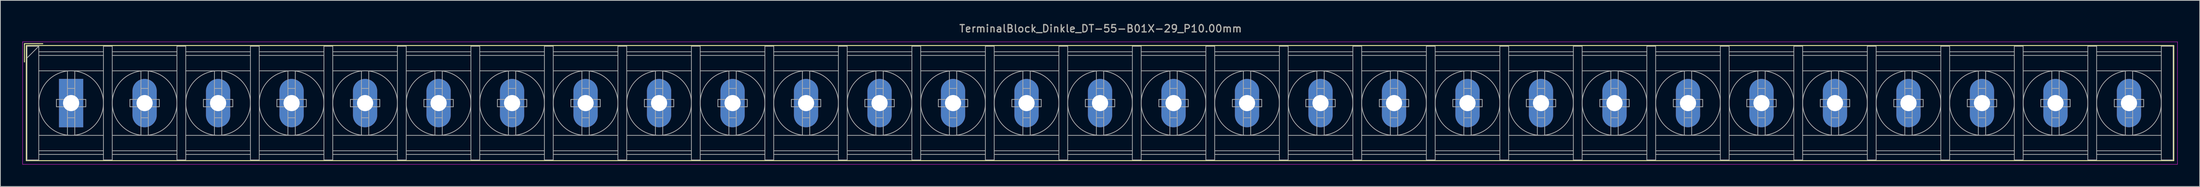
<source format=kicad_pcb>
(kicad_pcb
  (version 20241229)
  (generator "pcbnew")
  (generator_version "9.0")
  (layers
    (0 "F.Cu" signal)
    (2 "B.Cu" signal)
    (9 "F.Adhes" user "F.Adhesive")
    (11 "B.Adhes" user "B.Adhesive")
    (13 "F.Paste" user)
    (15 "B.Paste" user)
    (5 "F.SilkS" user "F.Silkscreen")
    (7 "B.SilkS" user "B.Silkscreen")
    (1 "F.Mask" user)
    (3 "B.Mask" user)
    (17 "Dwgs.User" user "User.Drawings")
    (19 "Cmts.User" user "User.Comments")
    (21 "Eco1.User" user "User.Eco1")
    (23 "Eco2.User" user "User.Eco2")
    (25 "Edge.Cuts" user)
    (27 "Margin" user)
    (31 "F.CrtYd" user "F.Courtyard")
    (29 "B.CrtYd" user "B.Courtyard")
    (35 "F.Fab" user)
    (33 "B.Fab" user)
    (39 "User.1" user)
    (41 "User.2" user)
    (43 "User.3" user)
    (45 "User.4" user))
  (footprint "TerminalBlock_Dinkle_DT-55-B01X-29_P10.00mm"
    (layer "F.Cu")
    (at 6.625 11.008)
    (property "Reference" "TerminalBlock_Dinkle_DT-55-B01X-29_P10.00mm" (at 140.08 -10.16 0) (layer "F.SilkS") (effects (font (size 1 1) (thickness 0.15))))
    (attr through_hole)
    (fp_line (start -6.35 -8.1) (end -3.85 -8.1) (stroke (width 0.12) (type solid)) (layer "F.SilkS"))
    (fp_line (start -6.35 -5.6) (end -6.35 -8.1) (stroke (width 0.12) (type solid)) (layer "F.SilkS"))
    (fp_line (start -6.1 -7.85) (end 286.1 -7.85) (stroke (width 0.12) (type solid)) (layer "F.SilkS"))
    (fp_line (start -6.1 7.85) (end -6.1 -7.85) (stroke (width 0.12) (type solid)) (layer "F.SilkS"))
    (fp_line (start -6.1 7.85) (end 286.1 7.85) (stroke (width 0.12) (type solid)) (layer "F.SilkS"))
    (fp_line (start 286.1 -7.85) (end 286.1 7.85) (stroke (width 0.12) (type solid)) (layer "F.SilkS"))
    (fp_line (start -6.6 -8.35) (end 286.6 -8.35) (stroke (width 0.05) (type solid)) (layer "F.CrtYd"))
    (fp_line (start -6.6 8.35) (end -6.6 -8.35) (stroke (width 0.05) (type solid)) (layer "F.CrtYd"))
    (fp_line (start -6.6 8.35) (end 286.6 8.35) (stroke (width 0.05) (type solid)) (layer "F.CrtYd"))
    (fp_line (start 286.6 -8.35) (end 286.6 8.35) (stroke (width 0.05) (type solid)) (layer "F.CrtYd"))
    (fp_line (start -6 -7.75) (end -6 7.75) (stroke (width 0.1) (type solid)) (layer "F.Fab"))
    (fp_line (start -6 -7.75) (end -4.4 -7.75) (stroke (width 0.1) (type solid)) (layer "F.Fab"))
    (fp_line (start -6 7.75) (end -4.4 7.75) (stroke (width 0.1) (type solid)) (layer "F.Fab"))
    (fp_line (start -4.4 -7.75) (end -6 -6.15) (stroke (width 0.1) (type solid)) (layer "F.Fab"))
    (fp_line (start -4.4 -7.75) (end -4.4 7.75) (stroke (width 0.1) (type solid)) (layer "F.Fab"))
    (fp_line (start -4.4 -7) (end 4.4 -7) (stroke (width 0.1) (type solid)) (layer "F.Fab"))
    (fp_line (start -4.4 -6.5) (end 4.4 -6.5) (stroke (width 0.1) (type solid)) (layer "F.Fab"))
    (fp_line (start -4.4 -4.4) (end 4.4 -4.4) (stroke (width 0.1) (type solid)) (layer "F.Fab"))
    (fp_line (start -4.4 4.4) (end 4.4 4.4) (stroke (width 0.1) (type solid)) (layer "F.Fab"))
    (fp_line (start -4.4 6.5) (end 4.4 6.5) (stroke (width 0.1) (type solid)) (layer "F.Fab"))
    (fp_line (start -4.4 7) (end 4.4 7) (stroke (width 0.1) (type solid)) (layer "F.Fab"))
    (fp_line (start -2 -0.5) (end -2 0.5) (stroke (width 0.1) (type solid)) (layer "F.Fab"))
    (fp_line (start -2 0.5) (end -0.5 0.5) (stroke (width 0.1) (type solid)) (layer "F.Fab"))
    (fp_line (start -0.5 -4.35) (end -0.5 -0.5) (stroke (width 0.1) (type solid)) (layer "F.Fab"))
    (fp_line (start -0.5 -2) (end 0.5 -2) (stroke (width 0.1) (type solid)) (layer "F.Fab"))
    (fp_line (start -0.5 -0.5) (end -2 -0.5) (stroke (width 0.1) (type solid)) (layer "F.Fab"))
    (fp_line (start -0.5 0.5) (end -0.5 4.35) (stroke (width 0.1) (type solid)) (layer "F.Fab"))
    (fp_line (start -0.5 2) (end 0.5 2) (stroke (width 0.1) (type solid)) (layer "F.Fab"))
    (fp_line (start 0.5 -4.35) (end 0.5 -0.5) (stroke (width 0.1) (type solid)) (layer "F.Fab"))
    (fp_line (start 0.5 -0.5) (end 2 -0.5) (stroke (width 0.1) (type solid)) (layer "F.Fab"))
    (fp_line (start 0.5 0.5) (end 0.5 4.35) (stroke (width 0.1) (type solid)) (layer "F.Fab"))
    (fp_line (start 2 -0.5) (end 2 0.5) (stroke (width 0.1) (type solid)) (layer "F.Fab"))
    (fp_line (start 2 0.5) (end 0.5 0.5) (stroke (width 0.1) (type solid)) (layer "F.Fab"))
    (fp_line (start 4.4 -7.75) (end 4.4 7.75) (stroke (width 0.1) (type solid)) (layer "F.Fab"))
    (fp_line (start 4.4 -7.75) (end 5.6 -7.75) (stroke (width 0.1) (type solid)) (layer "F.Fab"))
    (fp_line (start 4.4 7.75) (end 5.6 7.75) (stroke (width 0.1) (type solid)) (layer "F.Fab"))
    (fp_line (start 5.6 -7.75) (end 5.6 7.75) (stroke (width 0.1) (type solid)) (layer "F.Fab"))
    (fp_line (start 5.6 -7) (end 14.4 -7) (stroke (width 0.1) (type solid)) (layer "F.Fab"))
    (fp_line (start 5.6 -6.5) (end 14.4 -6.5) (stroke (width 0.1) (type solid)) (layer "F.Fab"))
    (fp_line (start 5.6 -4.4) (end 14.4 -4.4) (stroke (width 0.1) (type solid)) (layer "F.Fab"))
    (fp_line (start 5.6 4.4) (end 14.4 4.4) (stroke (width 0.1) (type solid)) (layer "F.Fab"))
    (fp_line (start 5.6 6.5) (end 14.4 6.5) (stroke (width 0.1) (type solid)) (layer "F.Fab"))
    (fp_line (start 5.6 7) (end 14.4 7) (stroke (width 0.1) (type solid)) (layer "F.Fab"))
    (fp_line (start 8 -0.5) (end 8 0.5) (stroke (width 0.1) (type solid)) (layer "F.Fab"))
    (fp_line (start 8 0.5) (end 9.5 0.5) (stroke (width 0.1) (type solid)) (layer "F.Fab"))
    (fp_line (start 9.5 -4.35) (end 9.5 -0.5) (stroke (width 0.1) (type solid)) (layer "F.Fab"))
    (fp_line (start 9.5 -2) (end 10.5 -2) (stroke (width 0.1) (type solid)) (layer "F.Fab"))
    (fp_line (start 9.5 -0.5) (end 8 -0.5) (stroke (width 0.1) (type solid)) (layer "F.Fab"))
    (fp_line (start 9.5 0.5) (end 9.5 4.35) (stroke (width 0.1) (type solid)) (layer "F.Fab"))
    (fp_line (start 9.5 2) (end 10.5 2) (stroke (width 0.1) (type solid)) (layer "F.Fab"))
    (fp_line (start 10.5 -4.35) (end 10.5 -0.5) (stroke (width 0.1) (type solid)) (layer "F.Fab"))
    (fp_line (start 10.5 -0.5) (end 12 -0.5) (stroke (width 0.1) (type solid)) (layer "F.Fab"))
    (fp_line (start 10.5 0.5) (end 10.5 4.35) (stroke (width 0.1) (type solid)) (layer "F.Fab"))
    (fp_line (start 12 -0.5) (end 12 0.5) (stroke (width 0.1) (type solid)) (layer "F.Fab"))
    (fp_line (start 12 0.5) (end 10.5 0.5) (stroke (width 0.1) (type solid)) (layer "F.Fab"))
    (fp_line (start 14.4 -7.75) (end 14.4 7.75) (stroke (width 0.1) (type solid)) (layer "F.Fab"))
    (fp_line (start 14.4 -7.75) (end 15.6 -7.75) (stroke (width 0.1) (type solid)) (layer "F.Fab"))
    (fp_line (start 14.4 7.75) (end 15.6 7.75) (stroke (width 0.1) (type solid)) (layer "F.Fab"))
    (fp_line (start 15.6 -7.75) (end 15.6 7.75) (stroke (width 0.1) (type solid)) (layer "F.Fab"))
    (fp_line (start 15.6 -7) (end 24.4 -7) (stroke (width 0.1) (type solid)) (layer "F.Fab"))
    (fp_line (start 15.6 -6.5) (end 24.4 -6.5) (stroke (width 0.1) (type solid)) (layer "F.Fab"))
    (fp_line (start 15.6 -4.4) (end 24.4 -4.4) (stroke (width 0.1) (type solid)) (layer "F.Fab"))
    (fp_line (start 15.6 4.4) (end 24.4 4.4) (stroke (width 0.1) (type solid)) (layer "F.Fab"))
    (fp_line (start 15.6 6.5) (end 24.4 6.5) (stroke (width 0.1) (type solid)) (layer "F.Fab"))
    (fp_line (start 15.6 7) (end 24.4 7) (stroke (width 0.1) (type solid)) (layer "F.Fab"))
    (fp_line (start 18 -0.5) (end 18 0.5) (stroke (width 0.1) (type solid)) (layer "F.Fab"))
    (fp_line (start 18 0.5) (end 19.5 0.5) (stroke (width 0.1) (type solid)) (layer "F.Fab"))
    (fp_line (start 19.5 -4.35) (end 19.5 -0.5) (stroke (width 0.1) (type solid)) (layer "F.Fab"))
    (fp_line (start 19.5 -2) (end 20.5 -2) (stroke (width 0.1) (type solid)) (layer "F.Fab"))
    (fp_line (start 19.5 -0.5) (end 18 -0.5) (stroke (width 0.1) (type solid)) (layer "F.Fab"))
    (fp_line (start 19.5 0.5) (end 19.5 4.35) (stroke (width 0.1) (type solid)) (layer "F.Fab"))
    (fp_line (start 19.5 2) (end 20.5 2) (stroke (width 0.1) (type solid)) (layer "F.Fab"))
    (fp_line (start 20.5 -4.35) (end 20.5 -0.5) (stroke (width 0.1) (type solid)) (layer "F.Fab"))
    (fp_line (start 20.5 -0.5) (end 22 -0.5) (stroke (width 0.1) (type solid)) (layer "F.Fab"))
    (fp_line (start 20.5 0.5) (end 20.5 4.35) (stroke (width 0.1) (type solid)) (layer "F.Fab"))
    (fp_line (start 22 -0.5) (end 22 0.5) (stroke (width 0.1) (type solid)) (layer "F.Fab"))
    (fp_line (start 22 0.5) (end 20.5 0.5) (stroke (width 0.1) (type solid)) (layer "F.Fab"))
    (fp_line (start 24.4 -7.75) (end 24.4 7.75) (stroke (width 0.1) (type solid)) (layer "F.Fab"))
    (fp_line (start 24.4 -7.75) (end 25.6 -7.75) (stroke (width 0.1) (type solid)) (layer "F.Fab"))
    (fp_line (start 24.4 7.75) (end 25.6 7.75) (stroke (width 0.1) (type solid)) (layer "F.Fab"))
    (fp_line (start 25.6 -7.75) (end 25.6 7.75) (stroke (width 0.1) (type solid)) (layer "F.Fab"))
    (fp_line (start 25.6 -7) (end 34.4 -7) (stroke (width 0.1) (type solid)) (layer "F.Fab"))
    (fp_line (start 25.6 -6.5) (end 34.4 -6.5) (stroke (width 0.1) (type solid)) (layer "F.Fab"))
    (fp_line (start 25.6 -4.4) (end 34.4 -4.4) (stroke (width 0.1) (type solid)) (layer "F.Fab"))
    (fp_line (start 25.6 4.4) (end 34.4 4.4) (stroke (width 0.1) (type solid)) (layer "F.Fab"))
    (fp_line (start 25.6 6.5) (end 34.4 6.5) (stroke (width 0.1) (type solid)) (layer "F.Fab"))
    (fp_line (start 25.6 7) (end 34.4 7) (stroke (width 0.1) (type solid)) (layer "F.Fab"))
    (fp_line (start 28 -0.5) (end 28 0.5) (stroke (width 0.1) (type solid)) (layer "F.Fab"))
    (fp_line (start 28 0.5) (end 29.5 0.5) (stroke (width 0.1) (type solid)) (layer "F.Fab"))
    (fp_line (start 29.5 -4.35) (end 29.5 -0.5) (stroke (width 0.1) (type solid)) (layer "F.Fab"))
    (fp_line (start 29.5 -2) (end 30.5 -2) (stroke (width 0.1) (type solid)) (layer "F.Fab"))
    (fp_line (start 29.5 -0.5) (end 28 -0.5) (stroke (width 0.1) (type solid)) (layer "F.Fab"))
    (fp_line (start 29.5 0.5) (end 29.5 4.35) (stroke (width 0.1) (type solid)) (layer "F.Fab"))
    (fp_line (start 29.5 2) (end 30.5 2) (stroke (width 0.1) (type solid)) (layer "F.Fab"))
    (fp_line (start 30.5 -4.35) (end 30.5 -0.5) (stroke (width 0.1) (type solid)) (layer "F.Fab"))
    (fp_line (start 30.5 -0.5) (end 32 -0.5) (stroke (width 0.1) (type solid)) (layer "F.Fab"))
    (fp_line (start 30.5 0.5) (end 30.5 4.35) (stroke (width 0.1) (type solid)) (layer "F.Fab"))
    (fp_line (start 32 -0.5) (end 32 0.5) (stroke (width 0.1) (type solid)) (layer "F.Fab"))
    (fp_line (start 32 0.5) (end 30.5 0.5) (stroke (width 0.1) (type solid)) (layer "F.Fab"))
    (fp_line (start 34.4 -7.75) (end 34.4 7.75) (stroke (width 0.1) (type solid)) (layer "F.Fab"))
    (fp_line (start 34.4 -7.75) (end 35.6 -7.75) (stroke (width 0.1) (type solid)) (layer "F.Fab"))
    (fp_line (start 34.4 7.75) (end 35.6 7.75) (stroke (width 0.1) (type solid)) (layer "F.Fab"))
    (fp_line (start 35.6 -7.75) (end 35.6 7.75) (stroke (width 0.1) (type solid)) (layer "F.Fab"))
    (fp_line (start 35.6 -7) (end 44.4 -7) (stroke (width 0.1) (type solid)) (layer "F.Fab"))
    (fp_line (start 35.6 -6.5) (end 44.4 -6.5) (stroke (width 0.1) (type solid)) (layer "F.Fab"))
    (fp_line (start 35.6 -4.4) (end 44.4 -4.4) (stroke (width 0.1) (type solid)) (layer "F.Fab"))
    (fp_line (start 35.6 4.4) (end 44.4 4.4) (stroke (width 0.1) (type solid)) (layer "F.Fab"))
    (fp_line (start 35.6 6.5) (end 44.4 6.5) (stroke (width 0.1) (type solid)) (layer "F.Fab"))
    (fp_line (start 35.6 7) (end 44.4 7) (stroke (width 0.1) (type solid)) (layer "F.Fab"))
    (fp_line (start 38 -0.5) (end 38 0.5) (stroke (width 0.1) (type solid)) (layer "F.Fab"))
    (fp_line (start 38 0.5) (end 39.5 0.5) (stroke (width 0.1) (type solid)) (layer "F.Fab"))
    (fp_line (start 39.5 -4.35) (end 39.5 -0.5) (stroke (width 0.1) (type solid)) (layer "F.Fab"))
    (fp_line (start 39.5 -2) (end 40.5 -2) (stroke (width 0.1) (type solid)) (layer "F.Fab"))
    (fp_line (start 39.5 -0.5) (end 38 -0.5) (stroke (width 0.1) (type solid)) (layer "F.Fab"))
    (fp_line (start 39.5 0.5) (end 39.5 4.35) (stroke (width 0.1) (type solid)) (layer "F.Fab"))
    (fp_line (start 39.5 2) (end 40.5 2) (stroke (width 0.1) (type solid)) (layer "F.Fab"))
    (fp_line (start 40.5 -4.35) (end 40.5 -0.5) (stroke (width 0.1) (type solid)) (layer "F.Fab"))
    (fp_line (start 40.5 -0.5) (end 42 -0.5) (stroke (width 0.1) (type solid)) (layer "F.Fab"))
    (fp_line (start 40.5 0.5) (end 40.5 4.35) (stroke (width 0.1) (type solid)) (layer "F.Fab"))
    (fp_line (start 42 -0.5) (end 42 0.5) (stroke (width 0.1) (type solid)) (layer "F.Fab"))
    (fp_line (start 42 0.5) (end 40.5 0.5) (stroke (width 0.1) (type solid)) (layer "F.Fab"))
    (fp_line (start 44.4 -7.75) (end 44.4 7.75) (stroke (width 0.1) (type solid)) (layer "F.Fab"))
    (fp_line (start 44.4 -7.75) (end 45.6 -7.75) (stroke (width 0.1) (type solid)) (layer "F.Fab"))
    (fp_line (start 44.4 7.75) (end 45.6 7.75) (stroke (width 0.1) (type solid)) (layer "F.Fab"))
    (fp_line (start 45.6 -7.75) (end 45.6 7.75) (stroke (width 0.1) (type solid)) (layer "F.Fab"))
    (fp_line (start 45.6 -7) (end 54.4 -7) (stroke (width 0.1) (type solid)) (layer "F.Fab"))
    (fp_line (start 45.6 -6.5) (end 54.4 -6.5) (stroke (width 0.1) (type solid)) (layer "F.Fab"))
    (fp_line (start 45.6 -4.4) (end 54.4 -4.4) (stroke (width 0.1) (type solid)) (layer "F.Fab"))
    (fp_line (start 45.6 4.4) (end 54.4 4.4) (stroke (width 0.1) (type solid)) (layer "F.Fab"))
    (fp_line (start 45.6 6.5) (end 54.4 6.5) (stroke (width 0.1) (type solid)) (layer "F.Fab"))
    (fp_line (start 45.6 7) (end 54.4 7) (stroke (width 0.1) (type solid)) (layer "F.Fab"))
    (fp_line (start 48 -0.5) (end 48 0.5) (stroke (width 0.1) (type solid)) (layer "F.Fab"))
    (fp_line (start 48 0.5) (end 49.5 0.5) (stroke (width 0.1) (type solid)) (layer "F.Fab"))
    (fp_line (start 49.5 -4.35) (end 49.5 -0.5) (stroke (width 0.1) (type solid)) (layer "F.Fab"))
    (fp_line (start 49.5 -2) (end 50.5 -2) (stroke (width 0.1) (type solid)) (layer "F.Fab"))
    (fp_line (start 49.5 -0.5) (end 48 -0.5) (stroke (width 0.1) (type solid)) (layer "F.Fab"))
    (fp_line (start 49.5 0.5) (end 49.5 4.35) (stroke (width 0.1) (type solid)) (layer "F.Fab"))
    (fp_line (start 49.5 2) (end 50.5 2) (stroke (width 0.1) (type solid)) (layer "F.Fab"))
    (fp_line (start 50.5 -4.35) (end 50.5 -0.5) (stroke (width 0.1) (type solid)) (layer "F.Fab"))
    (fp_line (start 50.5 -0.5) (end 52 -0.5) (stroke (width 0.1) (type solid)) (layer "F.Fab"))
    (fp_line (start 50.5 0.5) (end 50.5 4.35) (stroke (width 0.1) (type solid)) (layer "F.Fab"))
    (fp_line (start 52 -0.5) (end 52 0.5) (stroke (width 0.1) (type solid)) (layer "F.Fab"))
    (fp_line (start 52 0.5) (end 50.5 0.5) (stroke (width 0.1) (type solid)) (layer "F.Fab"))
    (fp_line (start 54.4 -7.75) (end 54.4 7.75) (stroke (width 0.1) (type solid)) (layer "F.Fab"))
    (fp_line (start 54.4 -7.75) (end 55.6 -7.75) (stroke (width 0.1) (type solid)) (layer "F.Fab"))
    (fp_line (start 54.4 7.75) (end 55.6 7.75) (stroke (width 0.1) (type solid)) (layer "F.Fab"))
    (fp_line (start 55.6 -7.75) (end 55.6 7.75) (stroke (width 0.1) (type solid)) (layer "F.Fab"))
    (fp_line (start 55.6 -7) (end 64.4 -7) (stroke (width 0.1) (type solid)) (layer "F.Fab"))
    (fp_line (start 55.6 -6.5) (end 64.4 -6.5) (stroke (width 0.1) (type solid)) (layer "F.Fab"))
    (fp_line (start 55.6 -4.4) (end 64.4 -4.4) (stroke (width 0.1) (type solid)) (layer "F.Fab"))
    (fp_line (start 55.6 4.4) (end 64.4 4.4) (stroke (width 0.1) (type solid)) (layer "F.Fab"))
    (fp_line (start 55.6 6.5) (end 64.4 6.5) (stroke (width 0.1) (type solid)) (layer "F.Fab"))
    (fp_line (start 55.6 7) (end 64.4 7) (stroke (width 0.1) (type solid)) (layer "F.Fab"))
    (fp_line (start 58 -0.5) (end 58 0.5) (stroke (width 0.1) (type solid)) (layer "F.Fab"))
    (fp_line (start 58 0.5) (end 59.5 0.5) (stroke (width 0.1) (type solid)) (layer "F.Fab"))
    (fp_line (start 59.5 -4.35) (end 59.5 -0.5) (stroke (width 0.1) (type solid)) (layer "F.Fab"))
    (fp_line (start 59.5 -2) (end 60.5 -2) (stroke (width 0.1) (type solid)) (layer "F.Fab"))
    (fp_line (start 59.5 -0.5) (end 58 -0.5) (stroke (width 0.1) (type solid)) (layer "F.Fab"))
    (fp_line (start 59.5 0.5) (end 59.5 4.35) (stroke (width 0.1) (type solid)) (layer "F.Fab"))
    (fp_line (start 59.5 2) (end 60.5 2) (stroke (width 0.1) (type solid)) (layer "F.Fab"))
    (fp_line (start 60.5 -4.35) (end 60.5 -0.5) (stroke (width 0.1) (type solid)) (layer "F.Fab"))
    (fp_line (start 60.5 -0.5) (end 62 -0.5) (stroke (width 0.1) (type solid)) (layer "F.Fab"))
    (fp_line (start 60.5 0.5) (end 60.5 4.35) (stroke (width 0.1) (type solid)) (layer "F.Fab"))
    (fp_line (start 62 -0.5) (end 62 0.5) (stroke (width 0.1) (type solid)) (layer "F.Fab"))
    (fp_line (start 62 0.5) (end 60.5 0.5) (stroke (width 0.1) (type solid)) (layer "F.Fab"))
    (fp_line (start 64.4 -7.75) (end 64.4 7.75) (stroke (width 0.1) (type solid)) (layer "F.Fab"))
    (fp_line (start 64.4 -7.75) (end 65.6 -7.75) (stroke (width 0.1) (type solid)) (layer "F.Fab"))
    (fp_line (start 64.4 7.75) (end 65.6 7.75) (stroke (width 0.1) (type solid)) (layer "F.Fab"))
    (fp_line (start 65.6 -7.75) (end 65.6 7.75) (stroke (width 0.1) (type solid)) (layer "F.Fab"))
    (fp_line (start 65.6 -7) (end 74.4 -7) (stroke (width 0.1) (type solid)) (layer "F.Fab"))
    (fp_line (start 65.6 -6.5) (end 74.4 -6.5) (stroke (width 0.1) (type solid)) (layer "F.Fab"))
    (fp_line (start 65.6 -4.4) (end 74.4 -4.4) (stroke (width 0.1) (type solid)) (layer "F.Fab"))
    (fp_line (start 65.6 4.4) (end 74.4 4.4) (stroke (width 0.1) (type solid)) (layer "F.Fab"))
    (fp_line (start 65.6 6.5) (end 74.4 6.5) (stroke (width 0.1) (type solid)) (layer "F.Fab"))
    (fp_line (start 65.6 7) (end 74.4 7) (stroke (width 0.1) (type solid)) (layer "F.Fab"))
    (fp_line (start 68 -0.5) (end 68 0.5) (stroke (width 0.1) (type solid)) (layer "F.Fab"))
    (fp_line (start 68 0.5) (end 69.5 0.5) (stroke (width 0.1) (type solid)) (layer "F.Fab"))
    (fp_line (start 69.5 -4.35) (end 69.5 -0.5) (stroke (width 0.1) (type solid)) (layer "F.Fab"))
    (fp_line (start 69.5 -2) (end 70.5 -2) (stroke (width 0.1) (type solid)) (layer "F.Fab"))
    (fp_line (start 69.5 -0.5) (end 68 -0.5) (stroke (width 0.1) (type solid)) (layer "F.Fab"))
    (fp_line (start 69.5 0.5) (end 69.5 4.35) (stroke (width 0.1) (type solid)) (layer "F.Fab"))
    (fp_line (start 69.5 2) (end 70.5 2) (stroke (width 0.1) (type solid)) (layer "F.Fab"))
    (fp_line (start 70.5 -4.35) (end 70.5 -0.5) (stroke (width 0.1) (type solid)) (layer "F.Fab"))
    (fp_line (start 70.5 -0.5) (end 72 -0.5) (stroke (width 0.1) (type solid)) (layer "F.Fab"))
    (fp_line (start 70.5 0.5) (end 70.5 4.35) (stroke (width 0.1) (type solid)) (layer "F.Fab"))
    (fp_line (start 72 -0.5) (end 72 0.5) (stroke (width 0.1) (type solid)) (layer "F.Fab"))
    (fp_line (start 72 0.5) (end 70.5 0.5) (stroke (width 0.1) (type solid)) (layer "F.Fab"))
    (fp_line (start 74.4 -7.75) (end 74.4 7.75) (stroke (width 0.1) (type solid)) (layer "F.Fab"))
    (fp_line (start 74.4 -7.75) (end 75.6 -7.75) (stroke (width 0.1) (type solid)) (layer "F.Fab"))
    (fp_line (start 74.4 7.75) (end 75.6 7.75) (stroke (width 0.1) (type solid)) (layer "F.Fab"))
    (fp_line (start 75.6 -7.75) (end 75.6 7.75) (stroke (width 0.1) (type solid)) (layer "F.Fab"))
    (fp_line (start 75.6 -7) (end 84.4 -7) (stroke (width 0.1) (type solid)) (layer "F.Fab"))
    (fp_line (start 75.6 -6.5) (end 84.4 -6.5) (stroke (width 0.1) (type solid)) (layer "F.Fab"))
    (fp_line (start 75.6 -4.4) (end 84.4 -4.4) (stroke (width 0.1) (type solid)) (layer "F.Fab"))
    (fp_line (start 75.6 4.4) (end 84.4 4.4) (stroke (width 0.1) (type solid)) (layer "F.Fab"))
    (fp_line (start 75.6 6.5) (end 84.4 6.5) (stroke (width 0.1) (type solid)) (layer "F.Fab"))
    (fp_line (start 75.6 7) (end 84.4 7) (stroke (width 0.1) (type solid)) (layer "F.Fab"))
    (fp_line (start 78 -0.5) (end 78 0.5) (stroke (width 0.1) (type solid)) (layer "F.Fab"))
    (fp_line (start 78 0.5) (end 79.5 0.5) (stroke (width 0.1) (type solid)) (layer "F.Fab"))
    (fp_line (start 79.5 -4.35) (end 79.5 -0.5) (stroke (width 0.1) (type solid)) (layer "F.Fab"))
    (fp_line (start 79.5 -2) (end 80.5 -2) (stroke (width 0.1) (type solid)) (layer "F.Fab"))
    (fp_line (start 79.5 -0.5) (end 78 -0.5) (stroke (width 0.1) (type solid)) (layer "F.Fab"))
    (fp_line (start 79.5 0.5) (end 79.5 4.35) (stroke (width 0.1) (type solid)) (layer "F.Fab"))
    (fp_line (start 79.5 2) (end 80.5 2) (stroke (width 0.1) (type solid)) (layer "F.Fab"))
    (fp_line (start 80.5 -4.35) (end 80.5 -0.5) (stroke (width 0.1) (type solid)) (layer "F.Fab"))
    (fp_line (start 80.5 -0.5) (end 82 -0.5) (stroke (width 0.1) (type solid)) (layer "F.Fab"))
    (fp_line (start 80.5 0.5) (end 80.5 4.35) (stroke (width 0.1) (type solid)) (layer "F.Fab"))
    (fp_line (start 82 -0.5) (end 82 0.5) (stroke (width 0.1) (type solid)) (layer "F.Fab"))
    (fp_line (start 82 0.5) (end 80.5 0.5) (stroke (width 0.1) (type solid)) (layer "F.Fab"))
    (fp_line (start 84.4 -7.75) (end 84.4 7.75) (stroke (width 0.1) (type solid)) (layer "F.Fab"))
    (fp_line (start 84.4 -7.75) (end 85.6 -7.75) (stroke (width 0.1) (type solid)) (layer "F.Fab"))
    (fp_line (start 84.4 7.75) (end 85.6 7.75) (stroke (width 0.1) (type solid)) (layer "F.Fab"))
    (fp_line (start 85.6 -7.75) (end 85.6 7.75) (stroke (width 0.1) (type solid)) (layer "F.Fab"))
    (fp_line (start 85.6 -7) (end 94.4 -7) (stroke (width 0.1) (type solid)) (layer "F.Fab"))
    (fp_line (start 85.6 -6.5) (end 94.4 -6.5) (stroke (width 0.1) (type solid)) (layer "F.Fab"))
    (fp_line (start 85.6 -4.4) (end 94.4 -4.4) (stroke (width 0.1) (type solid)) (layer "F.Fab"))
    (fp_line (start 85.6 4.4) (end 94.4 4.4) (stroke (width 0.1) (type solid)) (layer "F.Fab"))
    (fp_line (start 85.6 6.5) (end 94.4 6.5) (stroke (width 0.1) (type solid)) (layer "F.Fab"))
    (fp_line (start 85.6 7) (end 94.4 7) (stroke (width 0.1) (type solid)) (layer "F.Fab"))
    (fp_line (start 88 -0.5) (end 88 0.5) (stroke (width 0.1) (type solid)) (layer "F.Fab"))
    (fp_line (start 88 0.5) (end 89.5 0.5) (stroke (width 0.1) (type solid)) (layer "F.Fab"))
    (fp_line (start 89.5 -4.35) (end 89.5 -0.5) (stroke (width 0.1) (type solid)) (layer "F.Fab"))
    (fp_line (start 89.5 -2) (end 90.5 -2) (stroke (width 0.1) (type solid)) (layer "F.Fab"))
    (fp_line (start 89.5 -0.5) (end 88 -0.5) (stroke (width 0.1) (type solid)) (layer "F.Fab"))
    (fp_line (start 89.5 0.5) (end 89.5 4.35) (stroke (width 0.1) (type solid)) (layer "F.Fab"))
    (fp_line (start 89.5 2) (end 90.5 2) (stroke (width 0.1) (type solid)) (layer "F.Fab"))
    (fp_line (start 90.5 -4.35) (end 90.5 -0.5) (stroke (width 0.1) (type solid)) (layer "F.Fab"))
    (fp_line (start 90.5 -0.5) (end 92 -0.5) (stroke (width 0.1) (type solid)) (layer "F.Fab"))
    (fp_line (start 90.5 0.5) (end 90.5 4.35) (stroke (width 0.1) (type solid)) (layer "F.Fab"))
    (fp_line (start 92 -0.5) (end 92 0.5) (stroke (width 0.1) (type solid)) (layer "F.Fab"))
    (fp_line (start 92 0.5) (end 90.5 0.5) (stroke (width 0.1) (type solid)) (layer "F.Fab"))
    (fp_line (start 94.4 -7.75) (end 94.4 7.75) (stroke (width 0.1) (type solid)) (layer "F.Fab"))
    (fp_line (start 94.4 -7.75) (end 95.6 -7.75) (stroke (width 0.1) (type solid)) (layer "F.Fab"))
    (fp_line (start 94.4 7.75) (end 95.6 7.75) (stroke (width 0.1) (type solid)) (layer "F.Fab"))
    (fp_line (start 95.6 -7.75) (end 95.6 7.75) (stroke (width 0.1) (type solid)) (layer "F.Fab"))
    (fp_line (start 95.6 -7) (end 104.4 -7) (stroke (width 0.1) (type solid)) (layer "F.Fab"))
    (fp_line (start 95.6 -6.5) (end 104.4 -6.5) (stroke (width 0.1) (type solid)) (layer "F.Fab"))
    (fp_line (start 95.6 -4.4) (end 104.4 -4.4) (stroke (width 0.1) (type solid)) (layer "F.Fab"))
    (fp_line (start 95.6 4.4) (end 104.4 4.4) (stroke (width 0.1) (type solid)) (layer "F.Fab"))
    (fp_line (start 95.6 6.5) (end 104.4 6.5) (stroke (width 0.1) (type solid)) (layer "F.Fab"))
    (fp_line (start 95.6 7) (end 104.4 7) (stroke (width 0.1) (type solid)) (layer "F.Fab"))
    (fp_line (start 98 -0.5) (end 98 0.5) (stroke (width 0.1) (type solid)) (layer "F.Fab"))
    (fp_line (start 98 0.5) (end 99.5 0.5) (stroke (width 0.1) (type solid)) (layer "F.Fab"))
    (fp_line (start 99.5 -4.35) (end 99.5 -0.5) (stroke (width 0.1) (type solid)) (layer "F.Fab"))
    (fp_line (start 99.5 -2) (end 100.5 -2) (stroke (width 0.1) (type solid)) (layer "F.Fab"))
    (fp_line (start 99.5 -0.5) (end 98 -0.5) (stroke (width 0.1) (type solid)) (layer "F.Fab"))
    (fp_line (start 99.5 0.5) (end 99.5 4.35) (stroke (width 0.1) (type solid)) (layer "F.Fab"))
    (fp_line (start 99.5 2) (end 100.5 2) (stroke (width 0.1) (type solid)) (layer "F.Fab"))
    (fp_line (start 100.5 -4.35) (end 100.5 -0.5) (stroke (width 0.1) (type solid)) (layer "F.Fab"))
    (fp_line (start 100.5 -0.5) (end 102 -0.5) (stroke (width 0.1) (type solid)) (layer "F.Fab"))
    (fp_line (start 100.5 0.5) (end 100.5 4.35) (stroke (width 0.1) (type solid)) (layer "F.Fab"))
    (fp_line (start 102 -0.5) (end 102 0.5) (stroke (width 0.1) (type solid)) (layer "F.Fab"))
    (fp_line (start 102 0.5) (end 100.5 0.5) (stroke (width 0.1) (type solid)) (layer "F.Fab"))
    (fp_line (start 104.4 -7.75) (end 104.4 7.75) (stroke (width 0.1) (type solid)) (layer "F.Fab"))
    (fp_line (start 104.4 -7.75) (end 105.6 -7.75) (stroke (width 0.1) (type solid)) (layer "F.Fab"))
    (fp_line (start 104.4 7.75) (end 105.6 7.75) (stroke (width 0.1) (type solid)) (layer "F.Fab"))
    (fp_line (start 105.6 -7.75) (end 105.6 7.75) (stroke (width 0.1) (type solid)) (layer "F.Fab"))
    (fp_line (start 105.6 -7) (end 114.4 -7) (stroke (width 0.1) (type solid)) (layer "F.Fab"))
    (fp_line (start 105.6 -6.5) (end 114.4 -6.5) (stroke (width 0.1) (type solid)) (layer "F.Fab"))
    (fp_line (start 105.6 -4.4) (end 114.4 -4.4) (stroke (width 0.1) (type solid)) (layer "F.Fab"))
    (fp_line (start 105.6 4.4) (end 114.4 4.4) (stroke (width 0.1) (type solid)) (layer "F.Fab"))
    (fp_line (start 105.6 6.5) (end 114.4 6.5) (stroke (width 0.1) (type solid)) (layer "F.Fab"))
    (fp_line (start 105.6 7) (end 114.4 7) (stroke (width 0.1) (type solid)) (layer "F.Fab"))
    (fp_line (start 108 -0.5) (end 108 0.5) (stroke (width 0.1) (type solid)) (layer "F.Fab"))
    (fp_line (start 108 0.5) (end 109.5 0.5) (stroke (width 0.1) (type solid)) (layer "F.Fab"))
    (fp_line (start 109.5 -4.35) (end 109.5 -0.5) (stroke (width 0.1) (type solid)) (layer "F.Fab"))
    (fp_line (start 109.5 -2) (end 110.5 -2) (stroke (width 0.1) (type solid)) (layer "F.Fab"))
    (fp_line (start 109.5 -0.5) (end 108 -0.5) (stroke (width 0.1) (type solid)) (layer "F.Fab"))
    (fp_line (start 109.5 0.5) (end 109.5 4.35) (stroke (width 0.1) (type solid)) (layer "F.Fab"))
    (fp_line (start 109.5 2) (end 110.5 2) (stroke (width 0.1) (type solid)) (layer "F.Fab"))
    (fp_line (start 110.5 -4.35) (end 110.5 -0.5) (stroke (width 0.1) (type solid)) (layer "F.Fab"))
    (fp_line (start 110.5 -0.5) (end 112 -0.5) (stroke (width 0.1) (type solid)) (layer "F.Fab"))
    (fp_line (start 110.5 0.5) (end 110.5 4.35) (stroke (width 0.1) (type solid)) (layer "F.Fab"))
    (fp_line (start 112 -0.5) (end 112 0.5) (stroke (width 0.1) (type solid)) (layer "F.Fab"))
    (fp_line (start 112 0.5) (end 110.5 0.5) (stroke (width 0.1) (type solid)) (layer "F.Fab"))
    (fp_line (start 114.4 -7.75) (end 114.4 7.75) (stroke (width 0.1) (type solid)) (layer "F.Fab"))
    (fp_line (start 114.4 -7.75) (end 115.6 -7.75) (stroke (width 0.1) (type solid)) (layer "F.Fab"))
    (fp_line (start 114.4 7.75) (end 115.6 7.75) (stroke (width 0.1) (type solid)) (layer "F.Fab"))
    (fp_line (start 115.6 -7.75) (end 115.6 7.75) (stroke (width 0.1) (type solid)) (layer "F.Fab"))
    (fp_line (start 115.6 -7) (end 124.4 -7) (stroke (width 0.1) (type solid)) (layer "F.Fab"))
    (fp_line (start 115.6 -6.5) (end 124.4 -6.5) (stroke (width 0.1) (type solid)) (layer "F.Fab"))
    (fp_line (start 115.6 -4.4) (end 124.4 -4.4) (stroke (width 0.1) (type solid)) (layer "F.Fab"))
    (fp_line (start 115.6 4.4) (end 124.4 4.4) (stroke (width 0.1) (type solid)) (layer "F.Fab"))
    (fp_line (start 115.6 6.5) (end 124.4 6.5) (stroke (width 0.1) (type solid)) (layer "F.Fab"))
    (fp_line (start 115.6 7) (end 124.4 7) (stroke (width 0.1) (type solid)) (layer "F.Fab"))
    (fp_line (start 118 -0.5) (end 118 0.5) (stroke (width 0.1) (type solid)) (layer "F.Fab"))
    (fp_line (start 118 0.5) (end 119.5 0.5) (stroke (width 0.1) (type solid)) (layer "F.Fab"))
    (fp_line (start 119.5 -4.35) (end 119.5 -0.5) (stroke (width 0.1) (type solid)) (layer "F.Fab"))
    (fp_line (start 119.5 -2) (end 120.5 -2) (stroke (width 0.1) (type solid)) (layer "F.Fab"))
    (fp_line (start 119.5 -0.5) (end 118 -0.5) (stroke (width 0.1) (type solid)) (layer "F.Fab"))
    (fp_line (start 119.5 0.5) (end 119.5 4.35) (stroke (width 0.1) (type solid)) (layer "F.Fab"))
    (fp_line (start 119.5 2) (end 120.5 2) (stroke (width 0.1) (type solid)) (layer "F.Fab"))
    (fp_line (start 120.5 -4.35) (end 120.5 -0.5) (stroke (width 0.1) (type solid)) (layer "F.Fab"))
    (fp_line (start 120.5 -0.5) (end 122 -0.5) (stroke (width 0.1) (type solid)) (layer "F.Fab"))
    (fp_line (start 120.5 0.5) (end 120.5 4.35) (stroke (width 0.1) (type solid)) (layer "F.Fab"))
    (fp_line (start 122 -0.5) (end 122 0.5) (stroke (width 0.1) (type solid)) (layer "F.Fab"))
    (fp_line (start 122 0.5) (end 120.5 0.5) (stroke (width 0.1) (type solid)) (layer "F.Fab"))
    (fp_line (start 124.4 -7.75) (end 124.4 7.75) (stroke (width 0.1) (type solid)) (layer "F.Fab"))
    (fp_line (start 124.4 -7.75) (end 125.6 -7.75) (stroke (width 0.1) (type solid)) (layer "F.Fab"))
    (fp_line (start 124.4 7.75) (end 125.6 7.75) (stroke (width 0.1) (type solid)) (layer "F.Fab"))
    (fp_line (start 125.6 -7.75) (end 125.6 7.75) (stroke (width 0.1) (type solid)) (layer "F.Fab"))
    (fp_line (start 125.6 -7) (end 134.4 -7) (stroke (width 0.1) (type solid)) (layer "F.Fab"))
    (fp_line (start 125.6 -6.5) (end 134.4 -6.5) (stroke (width 0.1) (type solid)) (layer "F.Fab"))
    (fp_line (start 125.6 -4.4) (end 134.4 -4.4) (stroke (width 0.1) (type solid)) (layer "F.Fab"))
    (fp_line (start 125.6 4.4) (end 134.4 4.4) (stroke (width 0.1) (type solid)) (layer "F.Fab"))
    (fp_line (start 125.6 6.5) (end 134.4 6.5) (stroke (width 0.1) (type solid)) (layer "F.Fab"))
    (fp_line (start 125.6 7) (end 134.4 7) (stroke (width 0.1) (type solid)) (layer "F.Fab"))
    (fp_line (start 128 -0.5) (end 128 0.5) (stroke (width 0.1) (type solid)) (layer "F.Fab"))
    (fp_line (start 128 0.5) (end 129.5 0.5) (stroke (width 0.1) (type solid)) (layer "F.Fab"))
    (fp_line (start 129.5 -4.35) (end 129.5 -0.5) (stroke (width 0.1) (type solid)) (layer "F.Fab"))
    (fp_line (start 129.5 -2) (end 130.5 -2) (stroke (width 0.1) (type solid)) (layer "F.Fab"))
    (fp_line (start 129.5 -0.5) (end 128 -0.5) (stroke (width 0.1) (type solid)) (layer "F.Fab"))
    (fp_line (start 129.5 0.5) (end 129.5 4.35) (stroke (width 0.1) (type solid)) (layer "F.Fab"))
    (fp_line (start 129.5 2) (end 130.5 2) (stroke (width 0.1) (type solid)) (layer "F.Fab"))
    (fp_line (start 130.5 -4.35) (end 130.5 -0.5) (stroke (width 0.1) (type solid)) (layer "F.Fab"))
    (fp_line (start 130.5 -0.5) (end 132 -0.5) (stroke (width 0.1) (type solid)) (layer "F.Fab"))
    (fp_line (start 130.5 0.5) (end 130.5 4.35) (stroke (width 0.1) (type solid)) (layer "F.Fab"))
    (fp_line (start 132 -0.5) (end 132 0.5) (stroke (width 0.1) (type solid)) (layer "F.Fab"))
    (fp_line (start 132 0.5) (end 130.5 0.5) (stroke (width 0.1) (type solid)) (layer "F.Fab"))
    (fp_line (start 134.4 -7.75) (end 134.4 7.75) (stroke (width 0.1) (type solid)) (layer "F.Fab"))
    (fp_line (start 134.4 -7.75) (end 135.6 -7.75) (stroke (width 0.1) (type solid)) (layer "F.Fab"))
    (fp_line (start 134.4 7.75) (end 135.6 7.75) (stroke (width 0.1) (type solid)) (layer "F.Fab"))
    (fp_line (start 135.6 -7.75) (end 135.6 7.75) (stroke (width 0.1) (type solid)) (layer "F.Fab"))
    (fp_line (start 135.6 -7) (end 144.4 -7) (stroke (width 0.1) (type solid)) (layer "F.Fab"))
    (fp_line (start 135.6 -6.5) (end 144.4 -6.5) (stroke (width 0.1) (type solid)) (layer "F.Fab"))
    (fp_line (start 135.6 -4.4) (end 144.4 -4.4) (stroke (width 0.1) (type solid)) (layer "F.Fab"))
    (fp_line (start 135.6 4.4) (end 144.4 4.4) (stroke (width 0.1) (type solid)) (layer "F.Fab"))
    (fp_line (start 135.6 6.5) (end 144.4 6.5) (stroke (width 0.1) (type solid)) (layer "F.Fab"))
    (fp_line (start 135.6 7) (end 144.4 7) (stroke (width 0.1) (type solid)) (layer "F.Fab"))
    (fp_line (start 138 -0.5) (end 138 0.5) (stroke (width 0.1) (type solid)) (layer "F.Fab"))
    (fp_line (start 138 0.5) (end 139.5 0.5) (stroke (width 0.1) (type solid)) (layer "F.Fab"))
    (fp_line (start 139.5 -4.35) (end 139.5 -0.5) (stroke (width 0.1) (type solid)) (layer "F.Fab"))
    (fp_line (start 139.5 -2) (end 140.5 -2) (stroke (width 0.1) (type solid)) (layer "F.Fab"))
    (fp_line (start 139.5 -0.5) (end 138 -0.5) (stroke (width 0.1) (type solid)) (layer "F.Fab"))
    (fp_line (start 139.5 0.5) (end 139.5 4.35) (stroke (width 0.1) (type solid)) (layer "F.Fab"))
    (fp_line (start 139.5 2) (end 140.5 2) (stroke (width 0.1) (type solid)) (layer "F.Fab"))
    (fp_line (start 140.5 -4.35) (end 140.5 -0.5) (stroke (width 0.1) (type solid)) (layer "F.Fab"))
    (fp_line (start 140.5 -0.5) (end 142 -0.5) (stroke (width 0.1) (type solid)) (layer "F.Fab"))
    (fp_line (start 140.5 0.5) (end 140.5 4.35) (stroke (width 0.1) (type solid)) (layer "F.Fab"))
    (fp_line (start 142 -0.5) (end 142 0.5) (stroke (width 0.1) (type solid)) (layer "F.Fab"))
    (fp_line (start 142 0.5) (end 140.5 0.5) (stroke (width 0.1) (type solid)) (layer "F.Fab"))
    (fp_line (start 144.4 -7.75) (end 144.4 7.75) (stroke (width 0.1) (type solid)) (layer "F.Fab"))
    (fp_line (start 144.4 -7.75) (end 145.6 -7.75) (stroke (width 0.1) (type solid)) (layer "F.Fab"))
    (fp_line (start 144.4 7.75) (end 145.6 7.75) (stroke (width 0.1) (type solid)) (layer "F.Fab"))
    (fp_line (start 145.6 -7.75) (end 145.6 7.75) (stroke (width 0.1) (type solid)) (layer "F.Fab"))
    (fp_line (start 145.6 -7) (end 154.4 -7) (stroke (width 0.1) (type solid)) (layer "F.Fab"))
    (fp_line (start 145.6 -6.5) (end 154.4 -6.5) (stroke (width 0.1) (type solid)) (layer "F.Fab"))
    (fp_line (start 145.6 -4.4) (end 154.4 -4.4) (stroke (width 0.1) (type solid)) (layer "F.Fab"))
    (fp_line (start 145.6 4.4) (end 154.4 4.4) (stroke (width 0.1) (type solid)) (layer "F.Fab"))
    (fp_line (start 145.6 6.5) (end 154.4 6.5) (stroke (width 0.1) (type solid)) (layer "F.Fab"))
    (fp_line (start 145.6 7) (end 154.4 7) (stroke (width 0.1) (type solid)) (layer "F.Fab"))
    (fp_line (start 148 -0.5) (end 148 0.5) (stroke (width 0.1) (type solid)) (layer "F.Fab"))
    (fp_line (start 148 0.5) (end 149.5 0.5) (stroke (width 0.1) (type solid)) (layer "F.Fab"))
    (fp_line (start 149.5 -4.35) (end 149.5 -0.5) (stroke (width 0.1) (type solid)) (layer "F.Fab"))
    (fp_line (start 149.5 -2) (end 150.5 -2) (stroke (width 0.1) (type solid)) (layer "F.Fab"))
    (fp_line (start 149.5 -0.5) (end 148 -0.5) (stroke (width 0.1) (type solid)) (layer "F.Fab"))
    (fp_line (start 149.5 0.5) (end 149.5 4.35) (stroke (width 0.1) (type solid)) (layer "F.Fab"))
    (fp_line (start 149.5 2) (end 150.5 2) (stroke (width 0.1) (type solid)) (layer "F.Fab"))
    (fp_line (start 150.5 -4.35) (end 150.5 -0.5) (stroke (width 0.1) (type solid)) (layer "F.Fab"))
    (fp_line (start 150.5 -0.5) (end 152 -0.5) (stroke (width 0.1) (type solid)) (layer "F.Fab"))
    (fp_line (start 150.5 0.5) (end 150.5 4.35) (stroke (width 0.1) (type solid)) (layer "F.Fab"))
    (fp_line (start 152 -0.5) (end 152 0.5) (stroke (width 0.1) (type solid)) (layer "F.Fab"))
    (fp_line (start 152 0.5) (end 150.5 0.5) (stroke (width 0.1) (type solid)) (layer "F.Fab"))
    (fp_line (start 154.4 -7.75) (end 154.4 7.75) (stroke (width 0.1) (type solid)) (layer "F.Fab"))
    (fp_line (start 154.4 -7.75) (end 155.6 -7.75) (stroke (width 0.1) (type solid)) (layer "F.Fab"))
    (fp_line (start 154.4 7.75) (end 155.6 7.75) (stroke (width 0.1) (type solid)) (layer "F.Fab"))
    (fp_line (start 155.6 -7.75) (end 155.6 7.75) (stroke (width 0.1) (type solid)) (layer "F.Fab"))
    (fp_line (start 155.6 -7) (end 164.4 -7) (stroke (width 0.1) (type solid)) (layer "F.Fab"))
    (fp_line (start 155.6 -6.5) (end 164.4 -6.5) (stroke (width 0.1) (type solid)) (layer "F.Fab"))
    (fp_line (start 155.6 -4.4) (end 164.4 -4.4) (stroke (width 0.1) (type solid)) (layer "F.Fab"))
    (fp_line (start 155.6 4.4) (end 164.4 4.4) (stroke (width 0.1) (type solid)) (layer "F.Fab"))
    (fp_line (start 155.6 6.5) (end 164.4 6.5) (stroke (width 0.1) (type solid)) (layer "F.Fab"))
    (fp_line (start 155.6 7) (end 164.4 7) (stroke (width 0.1) (type solid)) (layer "F.Fab"))
    (fp_line (start 158 -0.5) (end 158 0.5) (stroke (width 0.1) (type solid)) (layer "F.Fab"))
    (fp_line (start 158 0.5) (end 159.5 0.5) (stroke (width 0.1) (type solid)) (layer "F.Fab"))
    (fp_line (start 159.5 -4.35) (end 159.5 -0.5) (stroke (width 0.1) (type solid)) (layer "F.Fab"))
    (fp_line (start 159.5 -2) (end 160.5 -2) (stroke (width 0.1) (type solid)) (layer "F.Fab"))
    (fp_line (start 159.5 -0.5) (end 158 -0.5) (stroke (width 0.1) (type solid)) (layer "F.Fab"))
    (fp_line (start 159.5 0.5) (end 159.5 4.35) (stroke (width 0.1) (type solid)) (layer "F.Fab"))
    (fp_line (start 159.5 2) (end 160.5 2) (stroke (width 0.1) (type solid)) (layer "F.Fab"))
    (fp_line (start 160.5 -4.35) (end 160.5 -0.5) (stroke (width 0.1) (type solid)) (layer "F.Fab"))
    (fp_line (start 160.5 -0.5) (end 162 -0.5) (stroke (width 0.1) (type solid)) (layer "F.Fab"))
    (fp_line (start 160.5 0.5) (end 160.5 4.35) (stroke (width 0.1) (type solid)) (layer "F.Fab"))
    (fp_line (start 162 -0.5) (end 162 0.5) (stroke (width 0.1) (type solid)) (layer "F.Fab"))
    (fp_line (start 162 0.5) (end 160.5 0.5) (stroke (width 0.1) (type solid)) (layer "F.Fab"))
    (fp_line (start 164.4 -7.75) (end 164.4 7.75) (stroke (width 0.1) (type solid)) (layer "F.Fab"))
    (fp_line (start 164.4 -7.75) (end 165.6 -7.75) (stroke (width 0.1) (type solid)) (layer "F.Fab"))
    (fp_line (start 164.4 7.75) (end 165.6 7.75) (stroke (width 0.1) (type solid)) (layer "F.Fab"))
    (fp_line (start 165.6 -7.75) (end 165.6 7.75) (stroke (width 0.1) (type solid)) (layer "F.Fab"))
    (fp_line (start 165.6 -7) (end 174.4 -7) (stroke (width 0.1) (type solid)) (layer "F.Fab"))
    (fp_line (start 165.6 -6.5) (end 174.4 -6.5) (stroke (width 0.1) (type solid)) (layer "F.Fab"))
    (fp_line (start 165.6 -4.4) (end 174.4 -4.4) (stroke (width 0.1) (type solid)) (layer "F.Fab"))
    (fp_line (start 165.6 4.4) (end 174.4 4.4) (stroke (width 0.1) (type solid)) (layer "F.Fab"))
    (fp_line (start 165.6 6.5) (end 174.4 6.5) (stroke (width 0.1) (type solid)) (layer "F.Fab"))
    (fp_line (start 165.6 7) (end 174.4 7) (stroke (width 0.1) (type solid)) (layer "F.Fab"))
    (fp_line (start 168 -0.5) (end 168 0.5) (stroke (width 0.1) (type solid)) (layer "F.Fab"))
    (fp_line (start 168 0.5) (end 169.5 0.5) (stroke (width 0.1) (type solid)) (layer "F.Fab"))
    (fp_line (start 169.5 -4.35) (end 169.5 -0.5) (stroke (width 0.1) (type solid)) (layer "F.Fab"))
    (fp_line (start 169.5 -2) (end 170.5 -2) (stroke (width 0.1) (type solid)) (layer "F.Fab"))
    (fp_line (start 169.5 -0.5) (end 168 -0.5) (stroke (width 0.1) (type solid)) (layer "F.Fab"))
    (fp_line (start 169.5 0.5) (end 169.5 4.35) (stroke (width 0.1) (type solid)) (layer "F.Fab"))
    (fp_line (start 169.5 2) (end 170.5 2) (stroke (width 0.1) (type solid)) (layer "F.Fab"))
    (fp_line (start 170.5 -4.35) (end 170.5 -0.5) (stroke (width 0.1) (type solid)) (layer "F.Fab"))
    (fp_line (start 170.5 -0.5) (end 172 -0.5) (stroke (width 0.1) (type solid)) (layer "F.Fab"))
    (fp_line (start 170.5 0.5) (end 170.5 4.35) (stroke (width 0.1) (type solid)) (layer "F.Fab"))
    (fp_line (start 172 -0.5) (end 172 0.5) (stroke (width 0.1) (type solid)) (layer "F.Fab"))
    (fp_line (start 172 0.5) (end 170.5 0.5) (stroke (width 0.1) (type solid)) (layer "F.Fab"))
    (fp_line (start 174.4 -7.75) (end 174.4 7.75) (stroke (width 0.1) (type solid)) (layer "F.Fab"))
    (fp_line (start 174.4 -7.75) (end 175.6 -7.75) (stroke (width 0.1) (type solid)) (layer "F.Fab"))
    (fp_line (start 174.4 7.75) (end 175.6 7.75) (stroke (width 0.1) (type solid)) (layer "F.Fab"))
    (fp_line (start 175.6 -7.75) (end 175.6 7.75) (stroke (width 0.1) (type solid)) (layer "F.Fab"))
    (fp_line (start 175.6 -7) (end 184.4 -7) (stroke (width 0.1) (type solid)) (layer "F.Fab"))
    (fp_line (start 175.6 -6.5) (end 184.4 -6.5) (stroke (width 0.1) (type solid)) (layer "F.Fab"))
    (fp_line (start 175.6 -4.4) (end 184.4 -4.4) (stroke (width 0.1) (type solid)) (layer "F.Fab"))
    (fp_line (start 175.6 4.4) (end 184.4 4.4) (stroke (width 0.1) (type solid)) (layer "F.Fab"))
    (fp_line (start 175.6 6.5) (end 184.4 6.5) (stroke (width 0.1) (type solid)) (layer "F.Fab"))
    (fp_line (start 175.6 7) (end 184.4 7) (stroke (width 0.1) (type solid)) (layer "F.Fab"))
    (fp_line (start 178 -0.5) (end 178 0.5) (stroke (width 0.1) (type solid)) (layer "F.Fab"))
    (fp_line (start 178 0.5) (end 179.5 0.5) (stroke (width 0.1) (type solid)) (layer "F.Fab"))
    (fp_line (start 179.5 -4.35) (end 179.5 -0.5) (stroke (width 0.1) (type solid)) (layer "F.Fab"))
    (fp_line (start 179.5 -2) (end 180.5 -2) (stroke (width 0.1) (type solid)) (layer "F.Fab"))
    (fp_line (start 179.5 -0.5) (end 178 -0.5) (stroke (width 0.1) (type solid)) (layer "F.Fab"))
    (fp_line (start 179.5 0.5) (end 179.5 4.35) (stroke (width 0.1) (type solid)) (layer "F.Fab"))
    (fp_line (start 179.5 2) (end 180.5 2) (stroke (width 0.1) (type solid)) (layer "F.Fab"))
    (fp_line (start 180.5 -4.35) (end 180.5 -0.5) (stroke (width 0.1) (type solid)) (layer "F.Fab"))
    (fp_line (start 180.5 -0.5) (end 182 -0.5) (stroke (width 0.1) (type solid)) (layer "F.Fab"))
    (fp_line (start 180.5 0.5) (end 180.5 4.35) (stroke (width 0.1) (type solid)) (layer "F.Fab"))
    (fp_line (start 182 -0.5) (end 182 0.5) (stroke (width 0.1) (type solid)) (layer "F.Fab"))
    (fp_line (start 182 0.5) (end 180.5 0.5) (stroke (width 0.1) (type solid)) (layer "F.Fab"))
    (fp_line (start 184.4 -7.75) (end 184.4 7.75) (stroke (width 0.1) (type solid)) (layer "F.Fab"))
    (fp_line (start 184.4 -7.75) (end 185.6 -7.75) (stroke (width 0.1) (type solid)) (layer "F.Fab"))
    (fp_line (start 184.4 7.75) (end 185.6 7.75) (stroke (width 0.1) (type solid)) (layer "F.Fab"))
    (fp_line (start 185.6 -7.75) (end 185.6 7.75) (stroke (width 0.1) (type solid)) (layer "F.Fab"))
    (fp_line (start 185.6 -7) (end 194.4 -7) (stroke (width 0.1) (type solid)) (layer "F.Fab"))
    (fp_line (start 185.6 -6.5) (end 194.4 -6.5) (stroke (width 0.1) (type solid)) (layer "F.Fab"))
    (fp_line (start 185.6 -4.4) (end 194.4 -4.4) (stroke (width 0.1) (type solid)) (layer "F.Fab"))
    (fp_line (start 185.6 4.4) (end 194.4 4.4) (stroke (width 0.1) (type solid)) (layer "F.Fab"))
    (fp_line (start 185.6 6.5) (end 194.4 6.5) (stroke (width 0.1) (type solid)) (layer "F.Fab"))
    (fp_line (start 185.6 7) (end 194.4 7) (stroke (width 0.1) (type solid)) (layer "F.Fab"))
    (fp_line (start 188 -0.5) (end 188 0.5) (stroke (width 0.1) (type solid)) (layer "F.Fab"))
    (fp_line (start 188 0.5) (end 189.5 0.5) (stroke (width 0.1) (type solid)) (layer "F.Fab"))
    (fp_line (start 189.5 -4.35) (end 189.5 -0.5) (stroke (width 0.1) (type solid)) (layer "F.Fab"))
    (fp_line (start 189.5 -2) (end 190.5 -2) (stroke (width 0.1) (type solid)) (layer "F.Fab"))
    (fp_line (start 189.5 -0.5) (end 188 -0.5) (stroke (width 0.1) (type solid)) (layer "F.Fab"))
    (fp_line (start 189.5 0.5) (end 189.5 4.35) (stroke (width 0.1) (type solid)) (layer "F.Fab"))
    (fp_line (start 189.5 2) (end 190.5 2) (stroke (width 0.1) (type solid)) (layer "F.Fab"))
    (fp_line (start 190.5 -4.35) (end 190.5 -0.5) (stroke (width 0.1) (type solid)) (layer "F.Fab"))
    (fp_line (start 190.5 -0.5) (end 192 -0.5) (stroke (width 0.1) (type solid)) (layer "F.Fab"))
    (fp_line (start 190.5 0.5) (end 190.5 4.35) (stroke (width 0.1) (type solid)) (layer "F.Fab"))
    (fp_line (start 192 -0.5) (end 192 0.5) (stroke (width 0.1) (type solid)) (layer "F.Fab"))
    (fp_line (start 192 0.5) (end 190.5 0.5) (stroke (width 0.1) (type solid)) (layer "F.Fab"))
    (fp_line (start 194.4 -7.75) (end 194.4 7.75) (stroke (width 0.1) (type solid)) (layer "F.Fab"))
    (fp_line (start 194.4 -7.75) (end 195.6 -7.75) (stroke (width 0.1) (type solid)) (layer "F.Fab"))
    (fp_line (start 194.4 7.75) (end 195.6 7.75) (stroke (width 0.1) (type solid)) (layer "F.Fab"))
    (fp_line (start 195.6 -7.75) (end 195.6 7.75) (stroke (width 0.1) (type solid)) (layer "F.Fab"))
    (fp_line (start 195.6 -7) (end 204.4 -7) (stroke (width 0.1) (type solid)) (layer "F.Fab"))
    (fp_line (start 195.6 -6.5) (end 204.4 -6.5) (stroke (width 0.1) (type solid)) (layer "F.Fab"))
    (fp_line (start 195.6 -4.4) (end 204.4 -4.4) (stroke (width 0.1) (type solid)) (layer "F.Fab"))
    (fp_line (start 195.6 4.4) (end 204.4 4.4) (stroke (width 0.1) (type solid)) (layer "F.Fab"))
    (fp_line (start 195.6 6.5) (end 204.4 6.5) (stroke (width 0.1) (type solid)) (layer "F.Fab"))
    (fp_line (start 195.6 7) (end 204.4 7) (stroke (width 0.1) (type solid)) (layer "F.Fab"))
    (fp_line (start 198 -0.5) (end 198 0.5) (stroke (width 0.1) (type solid)) (layer "F.Fab"))
    (fp_line (start 198 0.5) (end 199.5 0.5) (stroke (width 0.1) (type solid)) (layer "F.Fab"))
    (fp_line (start 199.5 -4.35) (end 199.5 -0.5) (stroke (width 0.1) (type solid)) (layer "F.Fab"))
    (fp_line (start 199.5 -2) (end 200.5 -2) (stroke (width 0.1) (type solid)) (layer "F.Fab"))
    (fp_line (start 199.5 -0.5) (end 198 -0.5) (stroke (width 0.1) (type solid)) (layer "F.Fab"))
    (fp_line (start 199.5 0.5) (end 199.5 4.35) (stroke (width 0.1) (type solid)) (layer "F.Fab"))
    (fp_line (start 199.5 2) (end 200.5 2) (stroke (width 0.1) (type solid)) (layer "F.Fab"))
    (fp_line (start 200.5 -4.35) (end 200.5 -0.5) (stroke (width 0.1) (type solid)) (layer "F.Fab"))
    (fp_line (start 200.5 -0.5) (end 202 -0.5) (stroke (width 0.1) (type solid)) (layer "F.Fab"))
    (fp_line (start 200.5 0.5) (end 200.5 4.35) (stroke (width 0.1) (type solid)) (layer "F.Fab"))
    (fp_line (start 202 -0.5) (end 202 0.5) (stroke (width 0.1) (type solid)) (layer "F.Fab"))
    (fp_line (start 202 0.5) (end 200.5 0.5) (stroke (width 0.1) (type solid)) (layer "F.Fab"))
    (fp_line (start 204.4 -7.75) (end 204.4 7.75) (stroke (width 0.1) (type solid)) (layer "F.Fab"))
    (fp_line (start 204.4 -7.75) (end 205.6 -7.75) (stroke (width 0.1) (type solid)) (layer "F.Fab"))
    (fp_line (start 204.4 7.75) (end 205.6 7.75) (stroke (width 0.1) (type solid)) (layer "F.Fab"))
    (fp_line (start 205.6 -7.75) (end 205.6 7.75) (stroke (width 0.1) (type solid)) (layer "F.Fab"))
    (fp_line (start 205.6 -7) (end 214.4 -7) (stroke (width 0.1) (type solid)) (layer "F.Fab"))
    (fp_line (start 205.6 -6.5) (end 214.4 -6.5) (stroke (width 0.1) (type solid)) (layer "F.Fab"))
    (fp_line (start 205.6 -4.4) (end 214.4 -4.4) (stroke (width 0.1) (type solid)) (layer "F.Fab"))
    (fp_line (start 205.6 4.4) (end 214.4 4.4) (stroke (width 0.1) (type solid)) (layer "F.Fab"))
    (fp_line (start 205.6 6.5) (end 214.4 6.5) (stroke (width 0.1) (type solid)) (layer "F.Fab"))
    (fp_line (start 205.6 7) (end 214.4 7) (stroke (width 0.1) (type solid)) (layer "F.Fab"))
    (fp_line (start 208 -0.5) (end 208 0.5) (stroke (width 0.1) (type solid)) (layer "F.Fab"))
    (fp_line (start 208 0.5) (end 209.5 0.5) (stroke (width 0.1) (type solid)) (layer "F.Fab"))
    (fp_line (start 209.5 -4.35) (end 209.5 -0.5) (stroke (width 0.1) (type solid)) (layer "F.Fab"))
    (fp_line (start 209.5 -2) (end 210.5 -2) (stroke (width 0.1) (type solid)) (layer "F.Fab"))
    (fp_line (start 209.5 -0.5) (end 208 -0.5) (stroke (width 0.1) (type solid)) (layer "F.Fab"))
    (fp_line (start 209.5 0.5) (end 209.5 4.35) (stroke (width 0.1) (type solid)) (layer "F.Fab"))
    (fp_line (start 209.5 2) (end 210.5 2) (stroke (width 0.1) (type solid)) (layer "F.Fab"))
    (fp_line (start 210.5 -4.35) (end 210.5 -0.5) (stroke (width 0.1) (type solid)) (layer "F.Fab"))
    (fp_line (start 210.5 -0.5) (end 212 -0.5) (stroke (width 0.1) (type solid)) (layer "F.Fab"))
    (fp_line (start 210.5 0.5) (end 210.5 4.35) (stroke (width 0.1) (type solid)) (layer "F.Fab"))
    (fp_line (start 212 -0.5) (end 212 0.5) (stroke (width 0.1) (type solid)) (layer "F.Fab"))
    (fp_line (start 212 0.5) (end 210.5 0.5) (stroke (width 0.1) (type solid)) (layer "F.Fab"))
    (fp_line (start 214.4 -7.75) (end 214.4 7.75) (stroke (width 0.1) (type solid)) (layer "F.Fab"))
    (fp_line (start 214.4 -7.75) (end 215.6 -7.75) (stroke (width 0.1) (type solid)) (layer "F.Fab"))
    (fp_line (start 214.4 7.75) (end 215.6 7.75) (stroke (width 0.1) (type solid)) (layer "F.Fab"))
    (fp_line (start 215.6 -7.75) (end 215.6 7.75) (stroke (width 0.1) (type solid)) (layer "F.Fab"))
    (fp_line (start 215.6 -7) (end 224.4 -7) (stroke (width 0.1) (type solid)) (layer "F.Fab"))
    (fp_line (start 215.6 -6.5) (end 224.4 -6.5) (stroke (width 0.1) (type solid)) (layer "F.Fab"))
    (fp_line (start 215.6 -4.4) (end 224.4 -4.4) (stroke (width 0.1) (type solid)) (layer "F.Fab"))
    (fp_line (start 215.6 4.4) (end 224.4 4.4) (stroke (width 0.1) (type solid)) (layer "F.Fab"))
    (fp_line (start 215.6 6.5) (end 224.4 6.5) (stroke (width 0.1) (type solid)) (layer "F.Fab"))
    (fp_line (start 215.6 7) (end 224.4 7) (stroke (width 0.1) (type solid)) (layer "F.Fab"))
    (fp_line (start 218 -0.5) (end 218 0.5) (stroke (width 0.1) (type solid)) (layer "F.Fab"))
    (fp_line (start 218 0.5) (end 219.5 0.5) (stroke (width 0.1) (type solid)) (layer "F.Fab"))
    (fp_line (start 219.5 -4.35) (end 219.5 -0.5) (stroke (width 0.1) (type solid)) (layer "F.Fab"))
    (fp_line (start 219.5 -2) (end 220.5 -2) (stroke (width 0.1) (type solid)) (layer "F.Fab"))
    (fp_line (start 219.5 -0.5) (end 218 -0.5) (stroke (width 0.1) (type solid)) (layer "F.Fab"))
    (fp_line (start 219.5 0.5) (end 219.5 4.35) (stroke (width 0.1) (type solid)) (layer "F.Fab"))
    (fp_line (start 219.5 2) (end 220.5 2) (stroke (width 0.1) (type solid)) (layer "F.Fab"))
    (fp_line (start 220.5 -4.35) (end 220.5 -0.5) (stroke (width 0.1) (type solid)) (layer "F.Fab"))
    (fp_line (start 220.5 -0.5) (end 222 -0.5) (stroke (width 0.1) (type solid)) (layer "F.Fab"))
    (fp_line (start 220.5 0.5) (end 220.5 4.35) (stroke (width 0.1) (type solid)) (layer "F.Fab"))
    (fp_line (start 222 -0.5) (end 222 0.5) (stroke (width 0.1) (type solid)) (layer "F.Fab"))
    (fp_line (start 222 0.5) (end 220.5 0.5) (stroke (width 0.1) (type solid)) (layer "F.Fab"))
    (fp_line (start 224.4 -7.75) (end 224.4 7.75) (stroke (width 0.1) (type solid)) (layer "F.Fab"))
    (fp_line (start 224.4 -7.75) (end 225.6 -7.75) (stroke (width 0.1) (type solid)) (layer "F.Fab"))
    (fp_line (start 224.4 7.75) (end 225.6 7.75) (stroke (width 0.1) (type solid)) (layer "F.Fab"))
    (fp_line (start 225.6 -7.75) (end 225.6 7.75) (stroke (width 0.1) (type solid)) (layer "F.Fab"))
    (fp_line (start 225.6 -7) (end 234.4 -7) (stroke (width 0.1) (type solid)) (layer "F.Fab"))
    (fp_line (start 225.6 -6.5) (end 234.4 -6.5) (stroke (width 0.1) (type solid)) (layer "F.Fab"))
    (fp_line (start 225.6 -4.4) (end 234.4 -4.4) (stroke (width 0.1) (type solid)) (layer "F.Fab"))
    (fp_line (start 225.6 4.4) (end 234.4 4.4) (stroke (width 0.1) (type solid)) (layer "F.Fab"))
    (fp_line (start 225.6 6.5) (end 234.4 6.5) (stroke (width 0.1) (type solid)) (layer "F.Fab"))
    (fp_line (start 225.6 7) (end 234.4 7) (stroke (width 0.1) (type solid)) (layer "F.Fab"))
    (fp_line (start 228 -0.5) (end 228 0.5) (stroke (width 0.1) (type solid)) (layer "F.Fab"))
    (fp_line (start 228 0.5) (end 229.5 0.5) (stroke (width 0.1) (type solid)) (layer "F.Fab"))
    (fp_line (start 229.5 -4.35) (end 229.5 -0.5) (stroke (width 0.1) (type solid)) (layer "F.Fab"))
    (fp_line (start 229.5 -2) (end 230.5 -2) (stroke (width 0.1) (type solid)) (layer "F.Fab"))
    (fp_line (start 229.5 -0.5) (end 228 -0.5) (stroke (width 0.1) (type solid)) (layer "F.Fab"))
    (fp_line (start 229.5 0.5) (end 229.5 4.35) (stroke (width 0.1) (type solid)) (layer "F.Fab"))
    (fp_line (start 229.5 2) (end 230.5 2) (stroke (width 0.1) (type solid)) (layer "F.Fab"))
    (fp_line (start 230.5 -4.35) (end 230.5 -0.5) (stroke (width 0.1) (type solid)) (layer "F.Fab"))
    (fp_line (start 230.5 -0.5) (end 232 -0.5) (stroke (width 0.1) (type solid)) (layer "F.Fab"))
    (fp_line (start 230.5 0.5) (end 230.5 4.35) (stroke (width 0.1) (type solid)) (layer "F.Fab"))
    (fp_line (start 232 -0.5) (end 232 0.5) (stroke (width 0.1) (type solid)) (layer "F.Fab"))
    (fp_line (start 232 0.5) (end 230.5 0.5) (stroke (width 0.1) (type solid)) (layer "F.Fab"))
    (fp_line (start 234.4 -7.75) (end 234.4 7.75) (stroke (width 0.1) (type solid)) (layer "F.Fab"))
    (fp_line (start 234.4 -7.75) (end 235.6 -7.75) (stroke (width 0.1) (type solid)) (layer "F.Fab"))
    (fp_line (start 234.4 7.75) (end 235.6 7.75) (stroke (width 0.1) (type solid)) (layer "F.Fab"))
    (fp_line (start 235.6 -7.75) (end 235.6 7.75) (stroke (width 0.1) (type solid)) (layer "F.Fab"))
    (fp_line (start 235.6 -7) (end 244.4 -7) (stroke (width 0.1) (type solid)) (layer "F.Fab"))
    (fp_line (start 235.6 -6.5) (end 244.4 -6.5) (stroke (width 0.1) (type solid)) (layer "F.Fab"))
    (fp_line (start 235.6 -4.4) (end 244.4 -4.4) (stroke (width 0.1) (type solid)) (layer "F.Fab"))
    (fp_line (start 235.6 4.4) (end 244.4 4.4) (stroke (width 0.1) (type solid)) (layer "F.Fab"))
    (fp_line (start 235.6 6.5) (end 244.4 6.5) (stroke (width 0.1) (type solid)) (layer "F.Fab"))
    (fp_line (start 235.6 7) (end 244.4 7) (stroke (width 0.1) (type solid)) (layer "F.Fab"))
    (fp_line (start 238 -0.5) (end 238 0.5) (stroke (width 0.1) (type solid)) (layer "F.Fab"))
    (fp_line (start 238 0.5) (end 239.5 0.5) (stroke (width 0.1) (type solid)) (layer "F.Fab"))
    (fp_line (start 239.5 -4.35) (end 239.5 -0.5) (stroke (width 0.1) (type solid)) (layer "F.Fab"))
    (fp_line (start 239.5 -2) (end 240.5 -2) (stroke (width 0.1) (type solid)) (layer "F.Fab"))
    (fp_line (start 239.5 -0.5) (end 238 -0.5) (stroke (width 0.1) (type solid)) (layer "F.Fab"))
    (fp_line (start 239.5 0.5) (end 239.5 4.35) (stroke (width 0.1) (type solid)) (layer "F.Fab"))
    (fp_line (start 239.5 2) (end 240.5 2) (stroke (width 0.1) (type solid)) (layer "F.Fab"))
    (fp_line (start 240.5 -4.35) (end 240.5 -0.5) (stroke (width 0.1) (type solid)) (layer "F.Fab"))
    (fp_line (start 240.5 -0.5) (end 242 -0.5) (stroke (width 0.1) (type solid)) (layer "F.Fab"))
    (fp_line (start 240.5 0.5) (end 240.5 4.35) (stroke (width 0.1) (type solid)) (layer "F.Fab"))
    (fp_line (start 242 -0.5) (end 242 0.5) (stroke (width 0.1) (type solid)) (layer "F.Fab"))
    (fp_line (start 242 0.5) (end 240.5 0.5) (stroke (width 0.1) (type solid)) (layer "F.Fab"))
    (fp_line (start 244.4 -7.75) (end 244.4 7.75) (stroke (width 0.1) (type solid)) (layer "F.Fab"))
    (fp_line (start 244.4 -7.75) (end 245.6 -7.75) (stroke (width 0.1) (type solid)) (layer "F.Fab"))
    (fp_line (start 244.4 7.75) (end 245.6 7.75) (stroke (width 0.1) (type solid)) (layer "F.Fab"))
    (fp_line (start 245.6 -7.75) (end 245.6 7.75) (stroke (width 0.1) (type solid)) (layer "F.Fab"))
    (fp_line (start 245.6 -7) (end 254.4 -7) (stroke (width 0.1) (type solid)) (layer "F.Fab"))
    (fp_line (start 245.6 -6.5) (end 254.4 -6.5) (stroke (width 0.1) (type solid)) (layer "F.Fab"))
    (fp_line (start 245.6 -4.4) (end 254.4 -4.4) (stroke (width 0.1) (type solid)) (layer "F.Fab"))
    (fp_line (start 245.6 4.4) (end 254.4 4.4) (stroke (width 0.1) (type solid)) (layer "F.Fab"))
    (fp_line (start 245.6 6.5) (end 254.4 6.5) (stroke (width 0.1) (type solid)) (layer "F.Fab"))
    (fp_line (start 245.6 7) (end 254.4 7) (stroke (width 0.1) (type solid)) (layer "F.Fab"))
    (fp_line (start 248 -0.5) (end 248 0.5) (stroke (width 0.1) (type solid)) (layer "F.Fab"))
    (fp_line (start 248 0.5) (end 249.5 0.5) (stroke (width 0.1) (type solid)) (layer "F.Fab"))
    (fp_line (start 249.5 -4.35) (end 249.5 -0.5) (stroke (width 0.1) (type solid)) (layer "F.Fab"))
    (fp_line (start 249.5 -2) (end 250.5 -2) (stroke (width 0.1) (type solid)) (layer "F.Fab"))
    (fp_line (start 249.5 -0.5) (end 248 -0.5) (stroke (width 0.1) (type solid)) (layer "F.Fab"))
    (fp_line (start 249.5 0.5) (end 249.5 4.35) (stroke (width 0.1) (type solid)) (layer "F.Fab"))
    (fp_line (start 249.5 2) (end 250.5 2) (stroke (width 0.1) (type solid)) (layer "F.Fab"))
    (fp_line (start 250.5 -4.35) (end 250.5 -0.5) (stroke (width 0.1) (type solid)) (layer "F.Fab"))
    (fp_line (start 250.5 -0.5) (end 252 -0.5) (stroke (width 0.1) (type solid)) (layer "F.Fab"))
    (fp_line (start 250.5 0.5) (end 250.5 4.35) (stroke (width 0.1) (type solid)) (layer "F.Fab"))
    (fp_line (start 252 -0.5) (end 252 0.5) (stroke (width 0.1) (type solid)) (layer "F.Fab"))
    (fp_line (start 252 0.5) (end 250.5 0.5) (stroke (width 0.1) (type solid)) (layer "F.Fab"))
    (fp_line (start 254.4 -7.75) (end 254.4 7.75) (stroke (width 0.1) (type solid)) (layer "F.Fab"))
    (fp_line (start 254.4 -7.75) (end 255.6 -7.75) (stroke (width 0.1) (type solid)) (layer "F.Fab"))
    (fp_line (start 254.4 7.75) (end 255.6 7.75) (stroke (width 0.1) (type solid)) (layer "F.Fab"))
    (fp_line (start 255.6 -7.75) (end 255.6 7.75) (stroke (width 0.1) (type solid)) (layer "F.Fab"))
    (fp_line (start 255.6 -7) (end 264.4 -7) (stroke (width 0.1) (type solid)) (layer "F.Fab"))
    (fp_line (start 255.6 -6.5) (end 264.4 -6.5) (stroke (width 0.1) (type solid)) (layer "F.Fab"))
    (fp_line (start 255.6 -4.4) (end 264.4 -4.4) (stroke (width 0.1) (type solid)) (layer "F.Fab"))
    (fp_line (start 255.6 4.4) (end 264.4 4.4) (stroke (width 0.1) (type solid)) (layer "F.Fab"))
    (fp_line (start 255.6 6.5) (end 264.4 6.5) (stroke (width 0.1) (type solid)) (layer "F.Fab"))
    (fp_line (start 255.6 7) (end 264.4 7) (stroke (width 0.1) (type solid)) (layer "F.Fab"))
    (fp_line (start 258 -0.5) (end 258 0.5) (stroke (width 0.1) (type solid)) (layer "F.Fab"))
    (fp_line (start 258 0.5) (end 259.5 0.5) (stroke (width 0.1) (type solid)) (layer "F.Fab"))
    (fp_line (start 259.5 -4.35) (end 259.5 -0.5) (stroke (width 0.1) (type solid)) (layer "F.Fab"))
    (fp_line (start 259.5 -2) (end 260.5 -2) (stroke (width 0.1) (type solid)) (layer "F.Fab"))
    (fp_line (start 259.5 -0.5) (end 258 -0.5) (stroke (width 0.1) (type solid)) (layer "F.Fab"))
    (fp_line (start 259.5 0.5) (end 259.5 4.35) (stroke (width 0.1) (type solid)) (layer "F.Fab"))
    (fp_line (start 259.5 2) (end 260.5 2) (stroke (width 0.1) (type solid)) (layer "F.Fab"))
    (fp_line (start 260.5 -4.35) (end 260.5 -0.5) (stroke (width 0.1) (type solid)) (layer "F.Fab"))
    (fp_line (start 260.5 -0.5) (end 262 -0.5) (stroke (width 0.1) (type solid)) (layer "F.Fab"))
    (fp_line (start 260.5 0.5) (end 260.5 4.35) (stroke (width 0.1) (type solid)) (layer "F.Fab"))
    (fp_line (start 262 -0.5) (end 262 0.5) (stroke (width 0.1) (type solid)) (layer "F.Fab"))
    (fp_line (start 262 0.5) (end 260.5 0.5) (stroke (width 0.1) (type solid)) (layer "F.Fab"))
    (fp_line (start 264.4 -7.75) (end 264.4 7.75) (stroke (width 0.1) (type solid)) (layer "F.Fab"))
    (fp_line (start 264.4 -7.75) (end 265.6 -7.75) (stroke (width 0.1) (type solid)) (layer "F.Fab"))
    (fp_line (start 264.4 7.75) (end 265.6 7.75) (stroke (width 0.1) (type solid)) (layer "F.Fab"))
    (fp_line (start 265.6 -7.75) (end 265.6 7.75) (stroke (width 0.1) (type solid)) (layer "F.Fab"))
    (fp_line (start 265.6 -7) (end 274.4 -7) (stroke (width 0.1) (type solid)) (layer "F.Fab"))
    (fp_line (start 265.6 -6.5) (end 274.4 -6.5) (stroke (width 0.1) (type solid)) (layer "F.Fab"))
    (fp_line (start 265.6 -4.4) (end 274.4 -4.4) (stroke (width 0.1) (type solid)) (layer "F.Fab"))
    (fp_line (start 265.6 4.4) (end 274.4 4.4) (stroke (width 0.1) (type solid)) (layer "F.Fab"))
    (fp_line (start 265.6 6.5) (end 274.4 6.5) (stroke (width 0.1) (type solid)) (layer "F.Fab"))
    (fp_line (start 265.6 7) (end 274.4 7) (stroke (width 0.1) (type solid)) (layer "F.Fab"))
    (fp_line (start 268 -0.5) (end 268 0.5) (stroke (width 0.1) (type solid)) (layer "F.Fab"))
    (fp_line (start 268 0.5) (end 269.5 0.5) (stroke (width 0.1) (type solid)) (layer "F.Fab"))
    (fp_line (start 269.5 -4.35) (end 269.5 -0.5) (stroke (width 0.1) (type solid)) (layer "F.Fab"))
    (fp_line (start 269.5 -2) (end 270.5 -2) (stroke (width 0.1) (type solid)) (layer "F.Fab"))
    (fp_line (start 269.5 -0.5) (end 268 -0.5) (stroke (width 0.1) (type solid)) (layer "F.Fab"))
    (fp_line (start 269.5 0.5) (end 269.5 4.35) (stroke (width 0.1) (type solid)) (layer "F.Fab"))
    (fp_line (start 269.5 2) (end 270.5 2) (stroke (width 0.1) (type solid)) (layer "F.Fab"))
    (fp_line (start 270.5 -4.35) (end 270.5 -0.5) (stroke (width 0.1) (type solid)) (layer "F.Fab"))
    (fp_line (start 270.5 -0.5) (end 272 -0.5) (stroke (width 0.1) (type solid)) (layer "F.Fab"))
    (fp_line (start 270.5 0.5) (end 270.5 4.35) (stroke (width 0.1) (type solid)) (layer "F.Fab"))
    (fp_line (start 272 -0.5) (end 272 0.5) (stroke (width 0.1) (type solid)) (layer "F.Fab"))
    (fp_line (start 272 0.5) (end 270.5 0.5) (stroke (width 0.1) (type solid)) (layer "F.Fab"))
    (fp_line (start 274.4 -7.75) (end 274.4 7.75) (stroke (width 0.1) (type solid)) (layer "F.Fab"))
    (fp_line (start 274.4 -7.75) (end 275.6 -7.75) (stroke (width 0.1) (type solid)) (layer "F.Fab"))
    (fp_line (start 274.4 7.75) (end 275.6 7.75) (stroke (width 0.1) (type solid)) (layer "F.Fab"))
    (fp_line (start 275.6 -7.75) (end 275.6 7.75) (stroke (width 0.1) (type solid)) (layer "F.Fab"))
    (fp_line (start 275.6 -7) (end 284.4 -7) (stroke (width 0.1) (type solid)) (layer "F.Fab"))
    (fp_line (start 275.6 -6.5) (end 284.4 -6.5) (stroke (width 0.1) (type solid)) (layer "F.Fab"))
    (fp_line (start 275.6 -4.4) (end 284.4 -4.4) (stroke (width 0.1) (type solid)) (layer "F.Fab"))
    (fp_line (start 275.6 4.4) (end 284.4 4.4) (stroke (width 0.1) (type solid)) (layer "F.Fab"))
    (fp_line (start 275.6 6.5) (end 284.4 6.5) (stroke (width 0.1) (type solid)) (layer "F.Fab"))
    (fp_line (start 275.6 7) (end 284.4 7) (stroke (width 0.1) (type solid)) (layer "F.Fab"))
    (fp_line (start 278 -0.5) (end 278 0.5) (stroke (width 0.1) (type solid)) (layer "F.Fab"))
    (fp_line (start 278 0.5) (end 279.5 0.5) (stroke (width 0.1) (type solid)) (layer "F.Fab"))
    (fp_line (start 279.5 -4.35) (end 279.5 -0.5) (stroke (width 0.1) (type solid)) (layer "F.Fab"))
    (fp_line (start 279.5 -2) (end 280.5 -2) (stroke (width 0.1) (type solid)) (layer "F.Fab"))
    (fp_line (start 279.5 -0.5) (end 278 -0.5) (stroke (width 0.1) (type solid)) (layer "F.Fab"))
    (fp_line (start 279.5 0.5) (end 279.5 4.35) (stroke (width 0.1) (type solid)) (layer "F.Fab"))
    (fp_line (start 279.5 2) (end 280.5 2) (stroke (width 0.1) (type solid)) (layer "F.Fab"))
    (fp_line (start 280.5 -4.35) (end 280.5 -0.5) (stroke (width 0.1) (type solid)) (layer "F.Fab"))
    (fp_line (start 280.5 -0.5) (end 282 -0.5) (stroke (width 0.1) (type solid)) (layer "F.Fab"))
    (fp_line (start 280.5 0.5) (end 280.5 4.35) (stroke (width 0.1) (type solid)) (layer "F.Fab"))
    (fp_line (start 282 -0.5) (end 282 0.5) (stroke (width 0.1) (type solid)) (layer "F.Fab"))
    (fp_line (start 282 0.5) (end 280.5 0.5) (stroke (width 0.1) (type solid)) (layer "F.Fab"))
    (fp_line (start 284.4 -7.75) (end 284.4 7.75) (stroke (width 0.1) (type solid)) (layer "F.Fab"))
    (fp_line (start 284.4 -7.75) (end 286 -7.75) (stroke (width 0.1) (type solid)) (layer "F.Fab"))
    (fp_line (start 284.4 7.75) (end 286 7.75) (stroke (width 0.1) (type solid)) (layer "F.Fab"))
    (fp_line (start 286 -7.75) (end 286 7.75) (stroke (width 0.1) (type solid)) (layer "F.Fab"))
    (fp_circle (center 0 0) (end 0.5 0.5) (stroke (width 0.1) (type solid)) (fill no) (layer "F.Fab"))
    (fp_circle (center 0 0) (end 4.4 0) (stroke (width 0.1) (type solid)) (fill no) (layer "F.Fab"))
    (fp_circle (center 10 0) (end 10.5 0.5) (stroke (width 0.1) (type solid)) (fill no) (layer "F.Fab"))
    (fp_circle (center 10 0) (end 14.4 0) (stroke (width 0.1) (type solid)) (fill no) (layer "F.Fab"))
    (fp_circle (center 20 0) (end 20.5 0.5) (stroke (width 0.1) (type solid)) (fill no) (layer "F.Fab"))
    (fp_circle (center 20 0) (end 24.4 0) (stroke (width 0.1) (type solid)) (fill no) (layer "F.Fab"))
    (fp_circle (center 30 0) (end 30.5 0.5) (stroke (width 0.1) (type solid)) (fill no) (layer "F.Fab"))
    (fp_circle (center 30 0) (end 34.4 0) (stroke (width 0.1) (type solid)) (fill no) (layer "F.Fab"))
    (fp_circle (center 40 0) (end 40.5 0.5) (stroke (width 0.1) (type solid)) (fill no) (layer "F.Fab"))
    (fp_circle (center 40 0) (end 44.4 0) (stroke (width 0.1) (type solid)) (fill no) (layer "F.Fab"))
    (fp_circle (center 50 0) (end 50.5 0.5) (stroke (width 0.1) (type solid)) (fill no) (layer "F.Fab"))
    (fp_circle (center 50 0) (end 54.4 0) (stroke (width 0.1) (type solid)) (fill no) (layer "F.Fab"))
    (fp_circle (center 60 0) (end 60.5 0.5) (stroke (width 0.1) (type solid)) (fill no) (layer "F.Fab"))
    (fp_circle (center 60 0) (end 64.4 0) (stroke (width 0.1) (type solid)) (fill no) (layer "F.Fab"))
    (fp_circle (center 70 0) (end 70.5 0.5) (stroke (width 0.1) (type solid)) (fill no) (layer "F.Fab"))
    (fp_circle (center 70 0) (end 74.4 0) (stroke (width 0.1) (type solid)) (fill no) (layer "F.Fab"))
    (fp_circle (center 80 0) (end 80.5 0.5) (stroke (width 0.1) (type solid)) (fill no) (layer "F.Fab"))
    (fp_circle (center 80 0) (end 84.4 0) (stroke (width 0.1) (type solid)) (fill no) (layer "F.Fab"))
    (fp_circle (center 90 0) (end 90.5 0.5) (stroke (width 0.1) (type solid)) (fill no) (layer "F.Fab"))
    (fp_circle (center 90 0) (end 94.4 0) (stroke (width 0.1) (type solid)) (fill no) (layer "F.Fab"))
    (fp_circle (center 100 0) (end 100.5 0.5) (stroke (width 0.1) (type solid)) (fill no) (layer "F.Fab"))
    (fp_circle (center 100 0) (end 104.4 0) (stroke (width 0.1) (type solid)) (fill no) (layer "F.Fab"))
    (fp_circle (center 110 0) (end 110.5 0.5) (stroke (width 0.1) (type solid)) (fill no) (layer "F.Fab"))
    (fp_circle (center 110 0) (end 114.4 0) (stroke (width 0.1) (type solid)) (fill no) (layer "F.Fab"))
    (fp_circle (center 120 0) (end 120.5 0.5) (stroke (width 0.1) (type solid)) (fill no) (layer "F.Fab"))
    (fp_circle (center 120 0) (end 124.4 0) (stroke (width 0.1) (type solid)) (fill no) (layer "F.Fab"))
    (fp_circle (center 130 0) (end 130.5 0.5) (stroke (width 0.1) (type solid)) (fill no) (layer "F.Fab"))
    (fp_circle (center 130 0) (end 134.4 0) (stroke (width 0.1) (type solid)) (fill no) (layer "F.Fab"))
    (fp_circle (center 140 0) (end 140.5 0.5) (stroke (width 0.1) (type solid)) (fill no) (layer "F.Fab"))
    (fp_circle (center 140 0) (end 144.4 0) (stroke (width 0.1) (type solid)) (fill no) (layer "F.Fab"))
    (fp_circle (center 150 0) (end 150.5 0.5) (stroke (width 0.1) (type solid)) (fill no) (layer "F.Fab"))
    (fp_circle (center 150 0) (end 154.4 0) (stroke (width 0.1) (type solid)) (fill no) (layer "F.Fab"))
    (fp_circle (center 160 0) (end 160.5 0.5) (stroke (width 0.1) (type solid)) (fill no) (layer "F.Fab"))
    (fp_circle (center 160 0) (end 164.4 0) (stroke (width 0.1) (type solid)) (fill no) (layer "F.Fab"))
    (fp_circle (center 170 0) (end 170.5 0.5) (stroke (width 0.1) (type solid)) (fill no) (layer "F.Fab"))
    (fp_circle (center 170 0) (end 174.4 0) (stroke (width 0.1) (type solid)) (fill no) (layer "F.Fab"))
    (fp_circle (center 180 0) (end 180.5 0.5) (stroke (width 0.1) (type solid)) (fill no) (layer "F.Fab"))
    (fp_circle (center 180 0) (end 184.4 0) (stroke (width 0.1) (type solid)) (fill no) (layer "F.Fab"))
    (fp_circle (center 190 0) (end 190.5 0.5) (stroke (width 0.1) (type solid)) (fill no) (layer "F.Fab"))
    (fp_circle (center 190 0) (end 194.4 0) (stroke (width 0.1) (type solid)) (fill no) (layer "F.Fab"))
    (fp_circle (center 200 0) (end 200.5 0.5) (stroke (width 0.1) (type solid)) (fill no) (layer "F.Fab"))
    (fp_circle (center 200 0) (end 204.4 0) (stroke (width 0.1) (type solid)) (fill no) (layer "F.Fab"))
    (fp_circle (center 210 0) (end 210.5 0.5) (stroke (width 0.1) (type solid)) (fill no) (layer "F.Fab"))
    (fp_circle (center 210 0) (end 214.4 0) (stroke (width 0.1) (type solid)) (fill no) (layer "F.Fab"))
    (fp_circle (center 220 0) (end 220.5 0.5) (stroke (width 0.1) (type solid)) (fill no) (layer "F.Fab"))
    (fp_circle (center 220 0) (end 224.4 0) (stroke (width 0.1) (type solid)) (fill no) (layer "F.Fab"))
    (fp_circle (center 230 0) (end 230.5 0.5) (stroke (width 0.1) (type solid)) (fill no) (layer "F.Fab"))
    (fp_circle (center 230 0) (end 234.4 0) (stroke (width 0.1) (type solid)) (fill no) (layer "F.Fab"))
    (fp_circle (center 240 0) (end 240.5 0.5) (stroke (width 0.1) (type solid)) (fill no) (layer "F.Fab"))
    (fp_circle (center 240 0) (end 244.4 0) (stroke (width 0.1) (type solid)) (fill no) (layer "F.Fab"))
    (fp_circle (center 250 0) (end 250.5 0.5) (stroke (width 0.1) (type solid)) (fill no) (layer "F.Fab"))
    (fp_circle (center 250 0) (end 254.4 0) (stroke (width 0.1) (type solid)) (fill no) (layer "F.Fab"))
    (fp_circle (center 260 0) (end 260.5 0.5) (stroke (width 0.1) (type solid)) (fill no) (layer "F.Fab"))
    (fp_circle (center 260 0) (end 264.4 0) (stroke (width 0.1) (type solid)) (fill no) (layer "F.Fab"))
    (fp_circle (center 270 0) (end 270.5 0.5) (stroke (width 0.1) (type solid)) (fill no) (layer "F.Fab"))
    (fp_circle (center 270 0) (end 274.4 0) (stroke (width 0.1) (type solid)) (fill no) (layer "F.Fab"))
    (fp_circle (center 280 0) (end 280.5 0.5) (stroke (width 0.1) (type solid)) (fill no) (layer "F.Fab"))
    (fp_circle (center 280 0) (end 284.4 0) (stroke (width 0.1) (type solid)) (fill no) (layer "F.Fab"))
    (fp_text user "${REFERENCE}" (at 140.08 -10.16 0) (layer "F.Fab") (effects (font (size 1 1) (thickness 0.15))))
    (pad "1" thru_hole rect (at 0 0) (size 3.3 6.6) (drill 2.2) (layers "*.Cu" "*.Mask"))
    (pad "2" thru_hole oval (at 10 0) (size 3.3 6.6) (drill 2.2) (layers "*.Cu" "*.Mask"))
    (pad "3" thru_hole oval (at 20 0) (size 3.3 6.6) (drill 2.2) (layers "*.Cu" "*.Mask"))
    (pad "4" thru_hole oval (at 30 0) (size 3.3 6.6) (drill 2.2) (layers "*.Cu" "*.Mask"))
    (pad "5" thru_hole oval (at 40 0) (size 3.3 6.6) (drill 2.2) (layers "*.Cu" "*.Mask"))
    (pad "6" thru_hole oval (at 50 0) (size 3.3 6.6) (drill 2.2) (layers "*.Cu" "*.Mask"))
    (pad "7" thru_hole oval (at 60 0) (size 3.3 6.6) (drill 2.2) (layers "*.Cu" "*.Mask"))
    (pad "8" thru_hole oval (at 70 0) (size 3.3 6.6) (drill 2.2) (layers "*.Cu" "*.Mask"))
    (pad "9" thru_hole oval (at 80 0) (size 3.3 6.6) (drill 2.2) (layers "*.Cu" "*.Mask"))
    (pad "10" thru_hole oval (at 90 0) (size 3.3 6.6) (drill 2.2) (layers "*.Cu" "*.Mask"))
    (pad "11" thru_hole oval (at 100 0) (size 3.3 6.6) (drill 2.2) (layers "*.Cu" "*.Mask"))
    (pad "12" thru_hole oval (at 110 0) (size 3.3 6.6) (drill 2.2) (layers "*.Cu" "*.Mask"))
    (pad "13" thru_hole oval (at 120 0) (size 3.3 6.6) (drill 2.2) (layers "*.Cu" "*.Mask"))
    (pad "14" thru_hole oval (at 130 0) (size 3.3 6.6) (drill 2.2) (layers "*.Cu" "*.Mask"))
    (pad "15" thru_hole oval (at 140 0) (size 3.3 6.6) (drill 2.2) (layers "*.Cu" "*.Mask"))
    (pad "16" thru_hole oval (at 150 0) (size 3.3 6.6) (drill 2.2) (layers "*.Cu" "*.Mask"))
    (pad "17" thru_hole oval (at 160 0) (size 3.3 6.6) (drill 2.2) (layers "*.Cu" "*.Mask"))
    (pad "18" thru_hole oval (at 170 0) (size 3.3 6.6) (drill 2.2) (layers "*.Cu" "*.Mask"))
    (pad "19" thru_hole oval (at 180 0) (size 3.3 6.6) (drill 2.2) (layers "*.Cu" "*.Mask"))
    (pad "20" thru_hole oval (at 190 0) (size 3.3 6.6) (drill 2.2) (layers "*.Cu" "*.Mask"))
    (pad "21" thru_hole oval (at 200 0) (size 3.3 6.6) (drill 2.2) (layers "*.Cu" "*.Mask"))
    (pad "22" thru_hole oval (at 210 0) (size 3.3 6.6) (drill 2.2) (layers "*.Cu" "*.Mask"))
    (pad "23" thru_hole oval (at 220 0) (size 3.3 6.6) (drill 2.2) (layers "*.Cu" "*.Mask"))
    (pad "24" thru_hole oval (at 230 0) (size 3.3 6.6) (drill 2.2) (layers "*.Cu" "*.Mask"))
    (pad "25" thru_hole oval (at 240 0) (size 3.3 6.6) (drill 2.2) (layers "*.Cu" "*.Mask"))
    (pad "26" thru_hole oval (at 250 0) (size 3.3 6.6) (drill 2.2) (layers "*.Cu" "*.Mask"))
    (pad "27" thru_hole oval (at 260 0) (size 3.3 6.6) (drill 2.2) (layers "*.Cu" "*.Mask"))
    (pad "28" thru_hole oval (at 270 0) (size 3.3 6.6) (drill 2.2) (layers "*.Cu" "*.Mask"))
    (pad "29" thru_hole oval (at 280 0) (size 3.3 6.6) (drill 2.2) (layers "*.Cu" "*.Mask")))
  (gr_rect
    (start -3 -3)
    (end 296.25 22.383)
    (stroke (width 0.1) (type default))
    (fill no)
    (layer "Edge.Cuts")))
</source>
